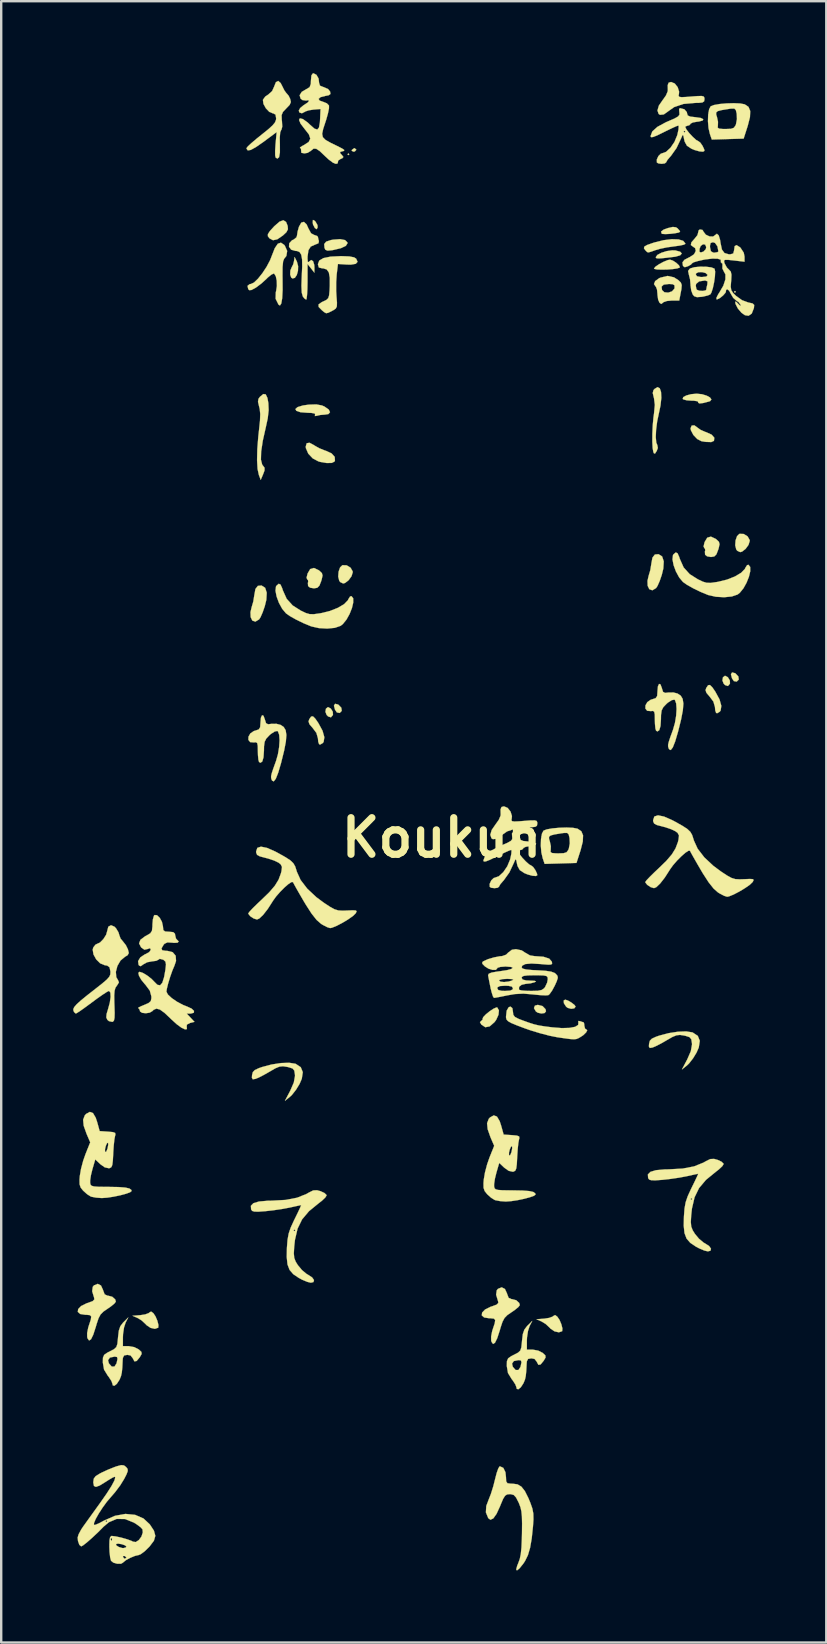
<source format=kicad_pcb>
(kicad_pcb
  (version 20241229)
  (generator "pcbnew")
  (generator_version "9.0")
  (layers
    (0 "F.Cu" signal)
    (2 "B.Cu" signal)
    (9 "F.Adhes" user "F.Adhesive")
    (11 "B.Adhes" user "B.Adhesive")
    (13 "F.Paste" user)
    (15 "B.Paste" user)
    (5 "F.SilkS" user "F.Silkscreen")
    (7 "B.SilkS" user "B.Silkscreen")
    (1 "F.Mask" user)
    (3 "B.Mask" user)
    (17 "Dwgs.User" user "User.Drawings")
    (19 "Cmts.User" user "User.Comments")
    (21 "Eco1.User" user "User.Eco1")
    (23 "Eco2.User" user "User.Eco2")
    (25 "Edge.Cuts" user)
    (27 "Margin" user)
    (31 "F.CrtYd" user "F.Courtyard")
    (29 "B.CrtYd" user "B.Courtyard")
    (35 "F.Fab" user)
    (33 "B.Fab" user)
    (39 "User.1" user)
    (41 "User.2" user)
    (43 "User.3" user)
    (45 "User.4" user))
  (footprint "Koukun"
    (layer "F.Cu")
    (at 15.353 31.864)
    (property "Reference" "Koukun" (at 0 0 0) (layer "F.SilkS") (effects (font (size 1.524 1.524) (thickness 0.3))))
    (attr through_hole)
    (fp_poly (pts (xy -3.846 -28.484) (xy -3.883 -28.448) (xy -3.919 -28.484) (xy -3.883 -28.521) (xy -3.846 -28.484)) (stroke (width 0.01) (type solid)) (fill yes) (layer "F.SilkS"))
    (fp_poly (pts (xy 12.265 -22.751) (xy 12.228 -22.715) (xy 12.192 -22.751) (xy 12.228 -22.787) (xy 12.265 -22.751)) (stroke (width 0.01) (type solid)) (fill yes) (layer "F.SilkS"))
    (fp_poly (pts (xy -3.558 -28.683) (xy -3.556 -28.666) (xy -3.615 -28.602) (xy -3.669 -28.593) (xy -3.744 -28.628) (xy -3.737 -28.666) (xy -3.645 -28.736) (xy -3.624 -28.738) (xy -3.558 -28.683)) (stroke (width 0.01) (type solid)) (fill yes) (layer "F.SilkS"))
    (fp_poly (pts (xy -5.304 -25.725) (xy -5.254 -25.678) (xy -5.172 -25.535) (xy -5.164 -25.441) (xy -5.203 -25.361) (xy -5.28 -25.41) (xy -5.357 -25.557) (xy -5.37 -25.648) (xy -5.36 -25.748) (xy -5.304 -25.725)) (stroke (width 0.01) (type solid)) (fill yes) (layer "F.SilkS"))
    (fp_poly (pts (xy -4.312 -5.551) (xy -4.296 -5.541) (xy -4.177 -5.417) (xy -4.159 -5.286) (xy -4.244 -5.199) (xy -4.363 -5.221) (xy -4.441 -5.336) (xy -4.485 -5.504) (xy -4.438 -5.582) (xy -4.312 -5.551)) (stroke (width 0.01) (type solid)) (fill yes) (layer "F.SilkS"))
    (fp_poly (pts (xy 12.234 -6.857) (xy 12.25 -6.848) (xy 12.369 -6.723) (xy 12.388 -6.593) (xy 12.302 -6.506) (xy 12.183 -6.527) (xy 12.105 -6.642) (xy 12.061 -6.811) (xy 12.108 -6.889) (xy 12.234 -6.857)) (stroke (width 0.01) (type solid)) (fill yes) (layer "F.SilkS"))
    (fp_poly (pts (xy -4.614 -5.382) (xy -4.532 -5.249) (xy -4.525 -5.117) (xy -4.61 -5.016) (xy -4.728 -5.054) (xy -4.789 -5.115) (xy -4.84 -5.247) (xy -4.818 -5.378) (xy -4.736 -5.443) (xy -4.728 -5.443) (xy -4.614 -5.382)) (stroke (width 0.01) (type solid)) (fill yes) (layer "F.SilkS"))
    (fp_poly (pts (xy 4.209 7.017) (xy 4.333 7.145) (xy 4.354 7.235) (xy 4.296 7.307) (xy 4.162 7.327) (xy 4.012 7.294) (xy 3.933 7.243) (xy 3.851 7.102) (xy 3.891 6.999) (xy 4.013 6.967) (xy 4.209 7.017)) (stroke (width 0.01) (type solid)) (fill yes) (layer "F.SilkS"))
    (fp_poly (pts (xy 11.933 -6.689) (xy 12.015 -6.555) (xy 12.021 -6.423) (xy 11.936 -6.322) (xy 11.818 -6.36) (xy 11.757 -6.422) (xy 11.706 -6.553) (xy 11.728 -6.685) (xy 11.811 -6.749) (xy 11.818 -6.749) (xy 11.933 -6.689)) (stroke (width 0.01) (type solid)) (fill yes) (layer "F.SilkS"))
    (fp_poly (pts (xy 5.27 6.787) (xy 5.419 6.875) (xy 5.544 6.974) (xy 5.588 7.039) (xy 5.531 7.113) (xy 5.401 7.131) (xy 5.258 7.092) (xy 5.193 7.044) (xy 5.099 6.899) (xy 5.09 6.787) (xy 5.155 6.749) (xy 5.27 6.787)) (stroke (width 0.01) (type solid)) (fill yes) (layer "F.SilkS"))
    (fp_poly (pts (xy -6.026 -24.005) (xy -5.978 -23.822) (xy -5.984 -23.626) (xy -6.033 -23.452) (xy -6.113 -23.334) (xy -6.21 -23.308) (xy -6.264 -23.342) (xy -6.309 -23.467) (xy -6.302 -23.638) (xy -6.248 -23.77) (xy -6.247 -23.771) (xy -6.185 -23.892) (xy -6.152 -24.021) (xy -6.124 -24.203) (xy -6.026 -24.005)) (stroke (width 0.01) (type solid)) (fill yes) (layer "F.SilkS"))
    (fp_poly (pts (xy -3.953 -11.353) (xy -3.791 -11.253) (xy -3.704 -11.1) (xy -3.701 -11.063) (xy -3.752 -10.898) (xy -3.874 -10.731) (xy -4.021 -10.617) (xy -4.1 -10.595) (xy -4.22 -10.652) (xy -4.263 -10.705) (xy -4.307 -10.88) (xy -4.292 -11.086) (xy -4.229 -11.266) (xy -4.133 -11.358) (xy -3.953 -11.353)) (stroke (width 0.01) (type solid)) (fill yes) (layer "F.SilkS"))
    (fp_poly (pts (xy 9.771 -25.44) (xy 9.831 -25.402) (xy 9.923 -25.3) (xy 9.942 -25.253) (xy 9.878 -25.22) (xy 9.721 -25.19) (xy 9.521 -25.167) (xy 9.33 -25.157) (xy 9.199 -25.166) (xy 9.174 -25.176) (xy 9.149 -25.263) (xy 9.258 -25.345) (xy 9.432 -25.408) (xy 9.641 -25.456) (xy 9.771 -25.44)) (stroke (width 0.01) (type solid)) (fill yes) (layer "F.SilkS"))
    (fp_poly (pts (xy 12.593 -12.659) (xy 12.755 -12.56) (xy 12.842 -12.406) (xy 12.845 -12.37) (xy 12.794 -12.204) (xy 12.672 -12.037) (xy 12.525 -11.923) (xy 12.447 -11.902) (xy 12.326 -11.958) (xy 12.283 -12.012) (xy 12.239 -12.186) (xy 12.254 -12.392) (xy 12.317 -12.572) (xy 12.413 -12.665) (xy 12.593 -12.659)) (stroke (width 0.01) (type solid)) (fill yes) (layer "F.SilkS"))
    (fp_poly (pts (xy -4.022 -24.908) (xy -3.924 -24.812) (xy -3.919 -24.776) (xy -3.989 -24.667) (xy -4.192 -24.571) (xy -4.515 -24.494) (xy -4.566 -24.485) (xy -4.751 -24.468) (xy -4.842 -24.504) (xy -4.879 -24.586) (xy -4.891 -24.743) (xy -4.809 -24.843) (xy -4.613 -24.908) (xy -4.521 -24.925) (xy -4.228 -24.947) (xy -4.022 -24.908)) (stroke (width 0.01) (type solid)) (fill yes) (layer "F.SilkS"))
    (fp_poly (pts (xy -6.48 -25.664) (xy -6.414 -25.501) (xy -6.402 -25.358) (xy -6.466 -25.236) (xy -6.611 -25.1) (xy -6.844 -24.941) (xy -7.023 -24.901) (xy -7.168 -24.977) (xy -7.17 -24.979) (xy -7.238 -25.067) (xy -7.237 -25.158) (xy -7.156 -25.283) (xy -6.982 -25.474) (xy -6.972 -25.485) (xy -6.755 -25.675) (xy -6.594 -25.735) (xy -6.48 -25.664)) (stroke (width 0.01) (type solid)) (fill yes) (layer "F.SilkS"))
    (fp_poly (pts (xy 9.743 -24.477) (xy 9.946 -24.423) (xy 10.013 -24.349) (xy 9.946 -24.273) (xy 9.749 -24.216) (xy 9.706 -24.21) (xy 9.362 -24.169) (xy 9.136 -24.146) (xy 9.005 -24.143) (xy 8.944 -24.158) (xy 8.928 -24.191) (xy 8.928 -24.197) (xy 8.995 -24.29) (xy 9.162 -24.379) (xy 9.382 -24.448) (xy 9.612 -24.481) (xy 9.743 -24.477)) (stroke (width 0.01) (type solid)) (fill yes) (layer "F.SilkS"))
    (fp_poly (pts (xy -5.259 -4.959) (xy -5.136 -4.781) (xy -4.96 -4.457) (xy -4.885 -4.189) (xy -4.914 -3.994) (xy -4.95 -3.945) (xy -5.054 -3.883) (xy -5.102 -3.893) (xy -5.139 -3.996) (xy -5.153 -4.146) (xy -5.217 -4.368) (xy -5.371 -4.573) (xy -5.506 -4.73) (xy -5.544 -4.845) (xy -5.514 -4.938) (xy -5.437 -5.048) (xy -5.36 -5.059) (xy -5.259 -4.959)) (stroke (width 0.01) (type solid)) (fill yes) (layer "F.SilkS"))
    (fp_poly (pts (xy 9.641 -24.053) (xy 9.779 -23.963) (xy 9.892 -23.859) (xy 9.934 -23.778) (xy 9.927 -23.764) (xy 9.828 -23.727) (xy 9.64 -23.699) (xy 9.407 -23.681) (xy 9.171 -23.676) (xy 8.977 -23.684) (xy 8.865 -23.708) (xy 8.854 -23.723) (xy 8.913 -23.798) (xy 9.06 -23.899) (xy 9.245 -23.999) (xy 9.421 -24.072) (xy 9.522 -24.092) (xy 9.641 -24.053)) (stroke (width 0.01) (type solid)) (fill yes) (layer "F.SilkS"))
    (fp_poly (pts (xy 10.665 -17.094) (xy 10.668 -17.091) (xy 10.794 -17) (xy 10.99 -16.914) (xy 11.036 -16.899) (xy 11.259 -16.797) (xy 11.369 -16.67) (xy 11.353 -16.54) (xy 11.24 -16.489) (xy 11.004 -16.497) (xy 10.833 -16.525) (xy 10.656 -16.616) (xy 10.493 -16.788) (xy 10.391 -16.983) (xy 10.378 -17.064) (xy 10.424 -17.176) (xy 10.535 -17.188) (xy 10.665 -17.094)) (stroke (width 0.01) (type solid)) (fill yes) (layer "F.SilkS"))
    (fp_poly (pts (xy 11.288 -6.265) (xy 11.41 -6.087) (xy 11.586 -5.763) (xy 11.661 -5.495) (xy 11.632 -5.3) (xy 11.596 -5.252) (xy 11.492 -5.189) (xy 11.444 -5.199) (xy 11.407 -5.302) (xy 11.394 -5.452) (xy 11.329 -5.674) (xy 11.175 -5.879) (xy 11.04 -6.037) (xy 11.002 -6.151) (xy 11.033 -6.244) (xy 11.109 -6.355) (xy 11.186 -6.365) (xy 11.288 -6.265)) (stroke (width 0.01) (type solid)) (fill yes) (layer "F.SilkS"))
    (fp_poly (pts (xy -12.012 19.815) (xy -11.921 19.951) (xy -11.844 20.133) (xy -11.8 20.308) (xy -11.807 20.418) (xy -11.812 20.423) (xy -11.948 20.47) (xy -12.128 20.429) (xy -12.294 20.318) (xy -12.323 20.285) (xy -12.498 20.121) (xy -12.673 20.015) (xy -12.881 19.925) (xy -12.556 19.9) (xy -12.348 19.867) (xy -12.205 19.813) (xy -12.178 19.789) (xy -12.106 19.748) (xy -12.012 19.815)) (stroke (width 0.01) (type solid)) (fill yes) (layer "F.SilkS"))
    (fp_poly (pts (xy -7.352 -10.416) (xy -7.286 -10.212) (xy -7.303 -9.911) (xy -7.368 -9.647) (xy -7.454 -9.397) (xy -7.542 -9.195) (xy -7.603 -9.099) (xy -7.76 -9.005) (xy -7.887 -9.05) (xy -7.956 -9.193) (xy -7.964 -9.401) (xy -7.915 -9.61) (xy -7.847 -9.842) (xy -7.806 -10.098) (xy -7.804 -10.111) (xy -7.757 -10.367) (xy -7.656 -10.496) (xy -7.502 -10.511) (xy -7.352 -10.416)) (stroke (width 0.01) (type solid)) (fill yes) (layer "F.SilkS"))
    (fp_poly (pts (xy 4.824 19.961) (xy 4.916 20.096) (xy 4.993 20.278) (xy 5.037 20.453) (xy 5.029 20.563) (xy 5.025 20.569) (xy 4.889 20.615) (xy 4.708 20.574) (xy 4.543 20.463) (xy 4.514 20.43) (xy 4.338 20.266) (xy 4.164 20.161) (xy 3.955 20.07) (xy 4.281 20.045) (xy 4.489 20.012) (xy 4.632 19.958) (xy 4.659 19.934) (xy 4.73 19.894) (xy 4.824 19.961)) (stroke (width 0.01) (type solid)) (fill yes) (layer "F.SilkS"))
    (fp_poly (pts (xy 9.194 -11.722) (xy 9.261 -11.518) (xy 9.243 -11.217) (xy 9.179 -10.953) (xy 9.093 -10.703) (xy 9.005 -10.502) (xy 8.943 -10.405) (xy 8.787 -10.311) (xy 8.659 -10.357) (xy 8.59 -10.499) (xy 8.583 -10.707) (xy 8.631 -10.917) (xy 8.699 -11.148) (xy 8.741 -11.404) (xy 8.742 -11.417) (xy 8.79 -11.673) (xy 8.89 -11.803) (xy 9.044 -11.817) (xy 9.194 -11.722)) (stroke (width 0.01) (type solid)) (fill yes) (layer "F.SilkS"))
    (fp_poly (pts (xy -5.314 -16.36) (xy -5.289 -16.342) (xy -5.106 -16.237) (xy -4.869 -16.141) (xy -4.812 -16.123) (xy -4.583 -16.017) (xy -4.453 -15.873) (xy -4.443 -15.716) (xy -4.463 -15.676) (xy -4.574 -15.621) (xy -4.784 -15.616) (xy -5.053 -15.662) (xy -5.13 -15.683) (xy -5.368 -15.808) (xy -5.556 -16.008) (xy -5.654 -16.235) (xy -5.661 -16.302) (xy -5.62 -16.441) (xy -5.502 -16.461) (xy -5.314 -16.36)) (stroke (width 0.01) (type solid)) (fill yes) (layer "F.SilkS"))
    (fp_poly (pts (xy -5.122 -11.151) (xy -5.082 -11.12) (xy -4.986 -11.027) (xy -4.96 -10.926) (xy -4.996 -10.763) (xy -5.016 -10.695) (xy -5.091 -10.504) (xy -5.18 -10.416) (xy -5.316 -10.393) (xy -5.479 -10.42) (xy -5.562 -10.488) (xy -5.572 -10.622) (xy -5.558 -10.658) (xy -5.567 -10.74) (xy -5.59 -10.753) (xy -5.627 -10.832) (xy -5.583 -11.013) (xy -5.474 -11.197) (xy -5.32 -11.243) (xy -5.122 -11.151)) (stroke (width 0.01) (type solid)) (fill yes) (layer "F.SilkS"))
    (fp_poly (pts (xy 2.323 7.076) (xy 2.391 7.195) (xy 2.373 7.38) (xy 2.277 7.591) (xy 2.207 7.687) (xy 2.006 7.864) (xy 1.824 7.899) (xy 1.662 7.792) (xy 1.66 7.79) (xy 1.6 7.688) (xy 1.65 7.639) (xy 1.651 7.638) (xy 1.714 7.578) (xy 1.708 7.552) (xy 1.737 7.476) (xy 1.85 7.359) (xy 2.007 7.232) (xy 2.167 7.126) (xy 2.289 7.073) (xy 2.323 7.076)) (stroke (width 0.01) (type solid)) (fill yes) (layer "F.SilkS"))
    (fp_poly (pts (xy 11.424 -12.457) (xy 11.464 -12.426) (xy 11.56 -12.333) (xy 11.586 -12.233) (xy 11.551 -12.069) (xy 11.53 -12.002) (xy 11.456 -11.81) (xy 11.367 -11.722) (xy 11.23 -11.699) (xy 11.067 -11.727) (xy 10.984 -11.794) (xy 10.975 -11.928) (xy 10.989 -11.965) (xy 10.98 -12.047) (xy 10.956 -12.06) (xy 10.92 -12.138) (xy 10.963 -12.32) (xy 11.073 -12.504) (xy 11.226 -12.549) (xy 11.424 -12.457)) (stroke (width 0.01) (type solid)) (fill yes) (layer "F.SilkS"))
    (fp_poly (pts (xy -4.984 -18.015) (xy -4.876 -17.968) (xy -4.702 -17.845) (xy -4.648 -17.734) (xy -4.715 -17.657) (xy -4.856 -17.635) (xy -5.058 -17.618) (xy -5.195 -17.586) (xy -5.282 -17.573) (xy -5.269 -17.623) (xy -5.283 -17.677) (xy -5.419 -17.704) (xy -5.566 -17.709) (xy -5.876 -17.732) (xy -6.051 -17.79) (xy -6.092 -17.866) (xy -6.001 -17.947) (xy -5.778 -18.015) (xy -5.537 -18.049) (xy -5.219 -18.059) (xy -4.984 -18.015)) (stroke (width 0.01) (type solid)) (fill yes) (layer "F.SilkS"))
    (fp_poly (pts (xy 10.857 -18.483) (xy 11.051 -18.424) (xy 11.19 -18.347) (xy 11.247 -18.266) (xy 11.197 -18.198) (xy 11.158 -18.183) (xy 10.912 -18.118) (xy 10.75 -18.099) (xy 10.697 -18.126) (xy 10.702 -18.14) (xy 10.671 -18.19) (xy 10.508 -18.214) (xy 10.423 -18.215) (xy 10.216 -18.23) (xy 10.077 -18.268) (xy 10.051 -18.288) (xy 10.073 -18.362) (xy 10.203 -18.432) (xy 10.401 -18.485) (xy 10.632 -18.506) (xy 10.633 -18.506) (xy 10.857 -18.483)) (stroke (width 0.01) (type solid)) (fill yes) (layer "F.SilkS"))
    (fp_poly (pts (xy 9.874 -24.936) (xy 10.07 -24.878) (xy 10.158 -24.773) (xy 10.16 -24.748) (xy 10.094 -24.714) (xy 9.921 -24.677) (xy 9.693 -24.646) (xy 9.388 -24.603) (xy 9.089 -24.54) (xy 8.922 -24.491) (xy 8.727 -24.422) (xy 8.625 -24.394) (xy 8.572 -24.406) (xy 8.522 -24.454) (xy 8.505 -24.471) (xy 8.436 -24.561) (xy 8.449 -24.633) (xy 8.563 -24.702) (xy 8.795 -24.784) (xy 8.883 -24.812) (xy 9.256 -24.904) (xy 9.595 -24.945) (xy 9.874 -24.936)) (stroke (width 0.01) (type solid)) (fill yes) (layer "F.SilkS"))
    (fp_poly (pts (xy 9.095 -18.732) (xy 9.148 -18.577) (xy 9.16 -18.332) (xy 9.126 -18.015) (xy 9.063 -17.714) (xy 8.987 -17.353) (xy 8.942 -17.003) (xy 8.928 -16.697) (xy 8.949 -16.469) (xy 8.994 -16.361) (xy 9.015 -16.243) (xy 8.969 -16.12) (xy 8.897 -16.009) (xy 8.852 -16.02) (xy 8.828 -16.072) (xy 8.798 -16.237) (xy 8.784 -16.505) (xy 8.786 -16.836) (xy 8.802 -17.187) (xy 8.832 -17.518) (xy 8.854 -17.671) (xy 8.889 -18.038) (xy 8.855 -18.315) (xy 8.845 -18.35) (xy 8.802 -18.535) (xy 8.832 -18.653) (xy 8.875 -18.703) (xy 9.003 -18.78) (xy 9.095 -18.732)) (stroke (width 0.01) (type solid)) (fill yes) (layer "F.SilkS"))
    (fp_poly (pts (xy -7.328 -18.478) (xy -7.257 -18.33) (xy -7.219 -18.116) (xy -7.206 -17.816) (xy -7.244 -17.479) (xy -7.322 -17.118) (xy -7.451 -16.544) (xy -7.519 -16.088) (xy -7.528 -15.756) (xy -7.476 -15.551) (xy -7.448 -15.514) (xy -7.377 -15.418) (xy -7.378 -15.306) (xy -7.434 -15.155) (xy -7.536 -14.913) (xy -7.614 -15.118) (xy -7.668 -15.366) (xy -7.689 -15.732) (xy -7.679 -16.195) (xy -7.637 -16.729) (xy -7.607 -16.995) (xy -7.567 -17.379) (xy -7.557 -17.658) (xy -7.578 -17.868) (xy -7.604 -17.971) (xy -7.65 -18.167) (xy -7.631 -18.291) (xy -7.57 -18.375) (xy -7.43 -18.491) (xy -7.328 -18.478)) (stroke (width 0.01) (type solid)) (fill yes) (layer "F.SilkS"))
    (fp_poly (pts (xy -6.094 9.42) (xy -6.077 9.426) (xy -5.867 9.565) (xy -5.783 9.772) (xy -5.825 10.048) (xy -5.918 10.263) (xy -6.065 10.504) (xy -6.231 10.715) (xy -6.318 10.799) (xy -6.528 10.966) (xy -6.308 10.549) (xy -6.158 10.204) (xy -6.108 9.929) (xy -6.111 9.874) (xy -6.137 9.707) (xy -6.21 9.619) (xy -6.372 9.566) (xy -6.434 9.552) (xy -6.609 9.526) (xy -6.756 9.541) (xy -6.926 9.611) (xy -7.159 9.746) (xy -7.403 9.885) (xy -7.619 9.996) (xy -7.752 10.051) (xy -7.87 10.07) (xy -7.905 10.004) (xy -7.898 9.894) (xy -7.866 9.77) (xy -7.782 9.682) (xy -7.61 9.603) (xy -7.475 9.556) (xy -7.083 9.452) (xy -6.694 9.392) (xy -6.351 9.38) (xy -6.094 9.42)) (stroke (width 0.01) (type solid)) (fill yes) (layer "F.SilkS"))
    (fp_poly (pts (xy 2.754 -1.243) (xy 2.875 -1.09) (xy 2.934 -0.903) (xy 2.926 -0.808) (xy 2.913 -0.731) (xy 2.942 -0.688) (xy 3.042 -0.675) (xy 3.239 -0.684) (xy 3.439 -0.7) (xy 3.718 -0.722) (xy 3.883 -0.723) (xy 3.963 -0.699) (xy 3.989 -0.643) (xy 3.991 -0.591) (xy 3.976 -0.5) (xy 3.906 -0.453) (xy 3.745 -0.437) (xy 3.61 -0.435) (xy 3.115 -0.392) (xy 2.73 -0.262) (xy 2.51 -0.108) (xy 2.298 0.044) (xy 2.136 0.061) (xy 2.08 0.024) (xy 2.031 -0.121) (xy 2.09 -0.323) (xy 2.25 -0.555) (xy 2.254 -0.56) (xy 2.386 -0.746) (xy 2.459 -0.917) (xy 2.464 -0.969) (xy 2.459 -1.178) (xy 2.498 -1.279) (xy 2.595 -1.306) (xy 2.604 -1.306) (xy 2.754 -1.243)) (stroke (width 0.01) (type solid)) (fill yes) (layer "F.SilkS"))
    (fp_poly (pts (xy 9.721 -31.433) (xy 9.842 -31.28) (xy 9.901 -31.093) (xy 9.893 -30.997) (xy 9.88 -30.92) (xy 9.909 -30.878) (xy 10.008 -30.864) (xy 10.206 -30.874) (xy 10.406 -30.89) (xy 10.685 -30.911) (xy 10.849 -30.913) (xy 10.93 -30.889) (xy 10.956 -30.833) (xy 10.958 -30.781) (xy 10.943 -30.69) (xy 10.872 -30.643) (xy 10.712 -30.626) (xy 10.577 -30.625) (xy 10.082 -30.582) (xy 9.697 -30.452) (xy 9.477 -30.298) (xy 9.264 -30.145) (xy 9.103 -30.129) (xy 9.047 -30.166) (xy 8.998 -30.31) (xy 9.057 -30.513) (xy 9.217 -30.745) (xy 9.221 -30.75) (xy 9.353 -30.936) (xy 9.425 -31.107) (xy 9.43 -31.159) (xy 9.426 -31.367) (xy 9.465 -31.468) (xy 9.562 -31.496) (xy 9.571 -31.496) (xy 9.721 -31.433)) (stroke (width 0.01) (type solid)) (fill yes) (layer "F.SilkS"))
    (fp_poly (pts (xy 10.452 8.113) (xy 10.47 8.12) (xy 10.68 8.259) (xy 10.763 8.465) (xy 10.721 8.742) (xy 10.628 8.956) (xy 10.481 9.197) (xy 10.316 9.408) (xy 10.228 9.493) (xy 10.018 9.66) (xy 10.238 9.243) (xy 10.389 8.898) (xy 10.438 8.623) (xy 10.436 8.567) (xy 10.409 8.401) (xy 10.336 8.313) (xy 10.175 8.26) (xy 10.113 8.246) (xy 9.937 8.219) (xy 9.79 8.235) (xy 9.621 8.305) (xy 9.387 8.439) (xy 9.144 8.579) (xy 8.927 8.69) (xy 8.794 8.745) (xy 8.676 8.764) (xy 8.641 8.698) (xy 8.649 8.588) (xy 8.681 8.463) (xy 8.765 8.376) (xy 8.936 8.297) (xy 9.071 8.25) (xy 9.463 8.146) (xy 9.852 8.086) (xy 10.196 8.073) (xy 10.452 8.113)) (stroke (width 0.01) (type solid)) (fill yes) (layer "F.SilkS"))
    (fp_poly (pts (xy 9.688 -23.355) (xy 9.875 -23.234) (xy 9.973 -23.138) (xy 10.01 -23.033) (xy 9.997 -22.864) (xy 9.974 -22.743) (xy 9.906 -22.388) (xy 9.595 -22.388) (xy 9.391 -22.369) (xy 9.251 -22.32) (xy 9.228 -22.298) (xy 9.157 -22.245) (xy 9.086 -22.294) (xy 9.028 -22.42) (xy 9 -22.617) (xy 8.999 -22.653) (xy 8.981 -22.841) (xy 8.937 -22.959) (xy 8.926 -22.969) (xy 8.926 -22.969) (xy 9.17 -22.969) (xy 9.189 -22.826) (xy 9.289 -22.733) (xy 9.447 -22.718) (xy 9.604 -22.771) (xy 9.703 -22.881) (xy 9.711 -22.914) (xy 9.708 -23.024) (xy 9.63 -23.07) (xy 9.48 -23.078) (xy 9.262 -23.052) (xy 9.17 -22.969) (xy 8.926 -22.969) (xy 8.853 -23.074) (xy 8.903 -23.199) (xy 9.066 -23.317) (xy 9.118 -23.341) (xy 9.419 -23.414) (xy 9.688 -23.355)) (stroke (width 0.01) (type solid)) (fill yes) (layer "F.SilkS"))
    (fp_poly (pts (xy -6.711 -10.551) (xy -6.639 -10.391) (xy -6.616 -10.315) (xy -6.456 -9.958) (xy -6.204 -9.679) (xy -5.862 -9.462) (xy -5.655 -9.364) (xy -5.494 -9.318) (xy -5.319 -9.316) (xy -5.071 -9.351) (xy -5.016 -9.36) (xy -4.649 -9.451) (xy -4.321 -9.581) (xy -4.062 -9.734) (xy -3.905 -9.895) (xy -3.881 -9.947) (xy -3.812 -10.054) (xy -3.753 -10.068) (xy -3.682 -9.978) (xy -3.681 -9.8) (xy -3.735 -9.57) (xy -3.834 -9.322) (xy -3.964 -9.088) (xy -4.114 -8.903) (xy -4.209 -8.829) (xy -4.448 -8.747) (xy -4.768 -8.716) (xy -5.112 -8.736) (xy -5.426 -8.806) (xy -5.447 -8.814) (xy -5.75 -8.939) (xy -6.057 -9.088) (xy -6.32 -9.236) (xy -6.484 -9.352) (xy -6.642 -9.54) (xy -6.777 -9.787) (xy -6.875 -10.052) (xy -6.921 -10.293) (xy -6.901 -10.47) (xy -6.881 -10.502) (xy -6.786 -10.584) (xy -6.711 -10.551)) (stroke (width 0.01) (type solid)) (fill yes) (layer "F.SilkS"))
    (fp_poly (pts (xy 9.835 -11.858) (xy 9.907 -11.697) (xy 9.931 -11.621) (xy 10.09 -11.264) (xy 10.342 -10.985) (xy 10.684 -10.769) (xy 10.891 -10.671) (xy 11.052 -10.624) (xy 11.227 -10.622) (xy 11.475 -10.657) (xy 11.53 -10.667) (xy 11.897 -10.757) (xy 12.226 -10.887) (xy 12.484 -11.04) (xy 12.641 -11.201) (xy 12.665 -11.253) (xy 12.734 -11.36) (xy 12.793 -11.375) (xy 12.864 -11.284) (xy 12.866 -11.107) (xy 12.811 -10.877) (xy 12.712 -10.628) (xy 12.582 -10.394) (xy 12.432 -10.209) (xy 12.337 -10.135) (xy 12.098 -10.054) (xy 11.779 -10.022) (xy 11.434 -10.042) (xy 11.12 -10.113) (xy 11.099 -10.12) (xy 10.796 -10.245) (xy 10.489 -10.394) (xy 10.226 -10.542) (xy 10.062 -10.658) (xy 9.904 -10.846) (xy 9.769 -11.094) (xy 9.671 -11.359) (xy 9.625 -11.6) (xy 9.645 -11.776) (xy 9.665 -11.809) (xy 9.761 -11.89) (xy 9.835 -11.858)) (stroke (width 0.01) (type solid)) (fill yes) (layer "F.SilkS"))
    (fp_poly (pts (xy -14.194 18.663) (xy -14.108 18.851) (xy -14.105 18.867) (xy -14.041 19.032) (xy -13.923 19.086) (xy -13.903 19.086) (xy -13.723 19.133) (xy -13.599 19.245) (xy -13.575 19.337) (xy -13.634 19.415) (xy -13.781 19.536) (xy -13.918 19.631) (xy -14.095 19.753) (xy -14.212 19.872) (xy -14.296 20.029) (xy -14.376 20.269) (xy -14.41 20.388) (xy -14.516 20.715) (xy -14.609 20.905) (xy -14.69 20.956) (xy -14.754 20.867) (xy -14.769 20.815) (xy -14.771 20.644) (xy -14.726 20.416) (xy -14.699 20.329) (xy -14.62 20.091) (xy -14.601 19.958) (xy -14.654 19.899) (xy -14.786 19.885) (xy -14.843 19.885) (xy -15.061 19.851) (xy -15.161 19.764) (xy -15.146 19.646) (xy -15.023 19.519) (xy -14.796 19.406) (xy -14.727 19.384) (xy -14.54 19.314) (xy -14.471 19.243) (xy -14.481 19.172) (xy -14.562 18.902) (xy -14.537 18.719) (xy -14.485 18.656) (xy -14.328 18.594) (xy -14.194 18.663)) (stroke (width 0.01) (type solid)) (fill yes) (layer "F.SilkS"))
    (fp_poly (pts (xy -6.558 -24.708) (xy -6.531 -24.674) (xy -6.434 -24.456) (xy -6.467 -24.247) (xy -6.56 -24.13) (xy -6.603 -24.024) (xy -6.626 -23.79) (xy -6.629 -23.422) (xy -6.627 -23.294) (xy -6.624 -22.828) (xy -6.642 -22.484) (xy -6.679 -22.266) (xy -6.735 -22.181) (xy -6.795 -22.217) (xy -6.916 -22.46) (xy -6.909 -22.732) (xy -6.895 -22.784) (xy -6.863 -22.994) (xy -6.869 -23.214) (xy -6.908 -23.4) (xy -6.972 -23.504) (xy -6.999 -23.513) (xy -7.099 -23.464) (xy -7.246 -23.343) (xy -7.298 -23.29) (xy -7.503 -23.103) (xy -7.726 -22.935) (xy -7.754 -22.917) (xy -7.922 -22.827) (xy -8.015 -22.821) (xy -8.058 -22.864) (xy -8.087 -23) (xy -7.995 -23.073) (xy -7.946 -23.078) (xy -7.818 -23.138) (xy -7.65 -23.299) (xy -7.467 -23.529) (xy -7.291 -23.796) (xy -7.146 -24.071) (xy -7.076 -24.25) (xy -6.949 -24.574) (xy -6.823 -24.757) (xy -6.694 -24.8) (xy -6.558 -24.708)) (stroke (width 0.01) (type solid)) (fill yes) (layer "F.SilkS"))
    (fp_poly (pts (xy -3.846 -24.227) (xy -3.645 -24.188) (xy -3.559 -24.133) (xy -3.5 -24.002) (xy -3.575 -23.919) (xy -3.778 -23.884) (xy -3.945 -23.888) (xy -4.318 -23.912) (xy -4.37 -23.477) (xy -4.391 -23.155) (xy -4.392 -22.788) (xy -4.379 -22.558) (xy -4.359 -22.3) (xy -4.364 -22.146) (xy -4.406 -22.057) (xy -4.496 -21.993) (xy -4.56 -21.959) (xy -4.72 -21.878) (xy -4.811 -21.859) (xy -4.897 -21.907) (xy -4.989 -21.985) (xy -5.123 -22.122) (xy -5.127 -22.225) (xy -4.996 -22.32) (xy -4.917 -22.357) (xy -4.795 -22.417) (xy -4.723 -22.488) (xy -4.686 -22.607) (xy -4.667 -22.812) (xy -4.659 -22.994) (xy -4.659 -23.337) (xy -4.698 -23.56) (xy -4.786 -23.683) (xy -4.931 -23.729) (xy -4.98 -23.731) (xy -5.114 -23.765) (xy -5.152 -23.892) (xy -5.153 -23.905) (xy -5.097 -24.054) (xy -4.924 -24.157) (xy -4.627 -24.218) (xy -4.198 -24.239) (xy -4.171 -24.239) (xy -3.846 -24.227)) (stroke (width 0.01) (type solid)) (fill yes) (layer "F.SilkS"))
    (fp_poly (pts (xy 2.642 18.808) (xy 2.729 18.996) (xy 2.732 19.012) (xy 2.796 19.177) (xy 2.914 19.231) (xy 2.934 19.231) (xy 3.114 19.278) (xy 3.237 19.391) (xy 3.262 19.482) (xy 3.203 19.56) (xy 3.056 19.681) (xy 2.918 19.776) (xy 2.741 19.898) (xy 2.625 20.017) (xy 2.541 20.174) (xy 2.461 20.414) (xy 2.427 20.534) (xy 2.321 20.86) (xy 2.227 21.05) (xy 2.147 21.101) (xy 2.083 21.012) (xy 2.068 20.96) (xy 2.066 20.79) (xy 2.11 20.561) (xy 2.138 20.474) (xy 2.217 20.236) (xy 2.235 20.103) (xy 2.183 20.044) (xy 2.05 20.03) (xy 1.993 20.03) (xy 1.775 19.996) (xy 1.676 19.909) (xy 1.691 19.791) (xy 1.814 19.664) (xy 2.041 19.551) (xy 2.11 19.529) (xy 2.297 19.459) (xy 2.366 19.388) (xy 2.355 19.317) (xy 2.274 19.047) (xy 2.3 18.864) (xy 2.352 18.802) (xy 2.508 18.739) (xy 2.642 18.808)) (stroke (width 0.01) (type solid)) (fill yes) (layer "F.SilkS"))
    (fp_poly (pts (xy 5.479 -0.412) (xy 5.664 -0.377) (xy 5.67 -0.375) (xy 5.826 -0.27) (xy 5.898 -0.098) (xy 5.887 0.159) (xy 5.796 0.518) (xy 5.786 0.549) (xy 5.624 1.052) (xy 4.961 1.072) (xy 4.297 1.091) (xy 4.217 0.861) (xy 4.16 0.614) (xy 4.136 0.329) (xy 4.145 0.052) (xy 4.161 -0.037) (xy 4.479 -0.037) (xy 4.481 0.051) (xy 4.512 0.151) (xy 4.555 0.351) (xy 4.55 0.51) (xy 4.544 0.595) (xy 4.603 0.638) (xy 4.761 0.652) (xy 4.871 0.653) (xy 5.09 0.645) (xy 5.211 0.605) (xy 5.28 0.513) (xy 5.304 0.454) (xy 5.345 0.239) (xy 5.334 0.013) (xy 5.298 -0.138) (xy 5.235 -0.2) (xy 5.099 -0.198) (xy 4.985 -0.182) (xy 4.706 -0.136) (xy 4.546 -0.093) (xy 4.479 -0.037) (xy 4.161 -0.037) (xy 4.185 -0.173) (xy 4.249 -0.294) (xy 4.386 -0.348) (xy 4.622 -0.389) (xy 4.913 -0.415) (xy 5.214 -0.424) (xy 5.479 -0.412)) (stroke (width 0.01) (type solid)) (fill yes) (layer "F.SilkS"))
    (fp_poly (pts (xy 12.446 -30.602) (xy 12.631 -30.567) (xy 12.636 -30.565) (xy 12.793 -30.46) (xy 12.865 -30.288) (xy 12.854 -30.031) (xy 12.762 -29.672) (xy 12.752 -29.64) (xy 12.591 -29.137) (xy 11.927 -29.118) (xy 11.264 -29.098) (xy 11.184 -29.328) (xy 11.127 -29.575) (xy 11.103 -29.861) (xy 11.112 -30.138) (xy 11.128 -30.226) (xy 11.446 -30.226) (xy 11.447 -30.138) (xy 11.479 -30.039) (xy 11.522 -29.838) (xy 11.517 -29.679) (xy 11.51 -29.594) (xy 11.57 -29.552) (xy 11.728 -29.538) (xy 11.838 -29.537) (xy 12.057 -29.545) (xy 12.178 -29.585) (xy 12.247 -29.677) (xy 12.271 -29.735) (xy 12.311 -29.951) (xy 12.301 -30.176) (xy 12.265 -30.327) (xy 12.202 -30.389) (xy 12.066 -30.388) (xy 11.952 -30.371) (xy 11.673 -30.325) (xy 11.513 -30.283) (xy 11.446 -30.226) (xy 11.128 -30.226) (xy 11.152 -30.362) (xy 11.216 -30.483) (xy 11.353 -30.537) (xy 11.589 -30.579) (xy 11.88 -30.605) (xy 12.181 -30.613) (xy 12.446 -30.602)) (stroke (width 0.01) (type solid)) (fill yes) (layer "F.SilkS"))
    (fp_poly (pts (xy 2.953 7.105) (xy 2.975 7.252) (xy 2.99 7.38) (xy 3.057 7.469) (xy 3.21 7.549) (xy 3.356 7.606) (xy 3.641 7.709) (xy 3.858 7.778) (xy 4.061 7.826) (xy 4.303 7.864) (xy 4.617 7.904) (xy 5.013 7.935) (xy 5.336 7.926) (xy 5.57 7.881) (xy 5.694 7.802) (xy 5.702 7.716) (xy 5.699 7.637) (xy 5.775 7.648) (xy 5.891 7.687) (xy 5.921 7.693) (xy 5.945 7.754) (xy 5.951 7.838) (xy 5.98 7.956) (xy 6.021 7.983) (xy 6.072 8.021) (xy 6.028 8.113) (xy 5.91 8.228) (xy 5.81 8.295) (xy 5.71 8.354) (xy 5.624 8.389) (xy 5.521 8.401) (xy 5.368 8.392) (xy 5.132 8.361) (xy 4.826 8.317) (xy 4.504 8.253) (xy 4.109 8.15) (xy 3.699 8.025) (xy 3.467 7.944) (xy 3.13 7.817) (xy 2.907 7.724) (xy 2.774 7.649) (xy 2.709 7.58) (xy 2.688 7.5) (xy 2.686 7.463) (xy 2.715 7.207) (xy 2.799 7.064) (xy 2.874 7.039) (xy 2.953 7.105)) (stroke (width 0.01) (type solid)) (fill yes) (layer "F.SilkS"))
    (fp_poly (pts (xy -5.624 -25.561) (xy -5.552 -25.4) (xy -5.439 -25.192) (xy -5.31 -25.123) (xy -5.185 -25.08) (xy -5.153 -25.038) (xy -5.129 -24.921) (xy -5.111 -24.869) (xy -5.129 -24.776) (xy -5.278 -24.715) (xy -5.285 -24.713) (xy -5.453 -24.637) (xy -5.548 -24.483) (xy -5.584 -24.223) (xy -5.586 -24.13) (xy -5.574 -23.994) (xy -5.534 -23.995) (xy -5.522 -24.012) (xy -5.433 -24.079) (xy -5.353 -24.026) (xy -5.305 -23.874) (xy -5.299 -23.781) (xy -5.301 -23.549) (xy -5.443 -23.731) (xy -5.585 -23.912) (xy -5.586 -23.168) (xy -5.592 -22.86) (xy -5.606 -22.614) (xy -5.626 -22.46) (xy -5.643 -22.425) (xy -5.721 -22.479) (xy -5.783 -22.56) (xy -5.827 -22.718) (xy -5.84 -23.006) (xy -5.827 -23.386) (xy -5.808 -23.807) (xy -5.813 -24.105) (xy -5.848 -24.298) (xy -5.916 -24.407) (xy -6.023 -24.452) (xy -6.09 -24.457) (xy -6.269 -24.508) (xy -6.358 -24.63) (xy -6.348 -24.777) (xy -6.232 -24.9) (xy -6.162 -24.93) (xy -6.048 -25.023) (xy -6.023 -25.104) (xy -6 -25.262) (xy -5.944 -25.462) (xy -5.942 -25.465) (xy -5.846 -25.636) (xy -5.735 -25.667) (xy -5.624 -25.561)) (stroke (width 0.01) (type solid)) (fill yes) (layer "F.SilkS"))
    (fp_poly (pts (xy 11.027 -23.797) (xy 11.243 -23.77) (xy 11.373 -23.719) (xy 11.379 -23.712) (xy 11.403 -23.598) (xy 11.394 -23.394) (xy 11.359 -23.148) (xy 11.308 -22.907) (xy 11.247 -22.72) (xy 11.202 -22.645) (xy 11.095 -22.599) (xy 10.907 -22.554) (xy 10.848 -22.544) (xy 10.645 -22.529) (xy 10.528 -22.569) (xy 10.467 -22.643) (xy 10.404 -22.815) (xy 10.38 -23.009) (xy 10.595 -23.009) (xy 10.621 -22.875) (xy 10.644 -22.836) (xy 10.743 -22.797) (xy 10.886 -22.789) (xy 11.003 -22.811) (xy 11.032 -22.842) (xy 11.05 -22.949) (xy 11.077 -23.06) (xy 11.085 -23.185) (xy 10.996 -23.222) (xy 10.973 -23.223) (xy 10.737 -23.186) (xy 10.611 -23.082) (xy 10.595 -23.009) (xy 10.38 -23.009) (xy 10.378 -23.031) (xy 10.378 -23.036) (xy 10.357 -23.27) (xy 10.307 -23.471) (xy 10.305 -23.481) (xy 10.595 -23.481) (xy 10.644 -23.4) (xy 10.803 -23.369) (xy 10.855 -23.368) (xy 11.039 -23.389) (xy 11.088 -23.452) (xy 11.086 -23.459) (xy 11.003 -23.536) (xy 10.856 -23.573) (xy 10.705 -23.568) (xy 10.607 -23.517) (xy 10.595 -23.481) (xy 10.305 -23.481) (xy 10.275 -23.62) (xy 10.338 -23.708) (xy 10.375 -23.73) (xy 10.542 -23.778) (xy 10.777 -23.8) (xy 11.027 -23.797)) (stroke (width 0.01) (type solid)) (fill yes) (layer "F.SilkS"))
    (fp_poly (pts (xy -6.705 -31.453) (xy -6.64 -31.326) (xy -6.551 -31.147) (xy -6.468 -31.032) (xy -6.455 -31.022) (xy -6.372 -30.922) (xy -6.309 -30.793) (xy -6.28 -30.661) (xy -6.329 -30.545) (xy -6.468 -30.399) (xy -6.61 -30.25) (xy -6.666 -30.115) (xy -6.66 -29.925) (xy -6.652 -29.864) (xy -6.639 -29.636) (xy -6.673 -29.506) (xy -6.685 -29.495) (xy -6.725 -29.396) (xy -6.743 -29.175) (xy -6.738 -28.9) (xy -6.737 -28.56) (xy -6.772 -28.361) (xy -6.842 -28.303) (xy -6.916 -28.349) (xy -6.935 -28.441) (xy -6.936 -28.636) (xy -6.92 -28.892) (xy -6.919 -28.904) (xy -6.872 -29.409) (xy -7.428 -28.997) (xy -7.736 -28.783) (xy -7.949 -28.666) (xy -8.076 -28.644) (xy -8.126 -28.713) (xy -8.128 -28.742) (xy -8.074 -28.812) (xy -7.928 -28.948) (xy -7.714 -29.13) (xy -7.511 -29.293) (xy -7.229 -29.52) (xy -7.047 -29.685) (xy -6.943 -29.811) (xy -6.9 -29.919) (xy -6.894 -29.983) (xy -6.921 -30.138) (xy -7.015 -30.189) (xy -7.034 -30.19) (xy -7.179 -30.251) (xy -7.322 -30.4) (xy -7.423 -30.583) (xy -7.445 -30.747) (xy -7.442 -30.759) (xy -7.347 -30.89) (xy -7.222 -30.974) (xy -7.063 -31.117) (xy -6.984 -31.289) (xy -6.905 -31.487) (xy -6.809 -31.542) (xy -6.705 -31.453)) (stroke (width 0.01) (type solid)) (fill yes) (layer "F.SilkS"))
    (fp_poly (pts (xy 2.575 26.264) (xy 2.663 26.446) (xy 2.685 26.648) (xy 2.693 26.826) (xy 2.745 26.904) (xy 2.883 26.923) (xy 2.97 26.924) (xy 3.167 26.951) (xy 3.328 27.047) (xy 3.473 27.231) (xy 3.621 27.526) (xy 3.704 27.728) (xy 3.785 27.959) (xy 3.825 28.169) (xy 3.83 28.414) (xy 3.811 28.702) (xy 3.758 29.207) (xy 3.69 29.597) (xy 3.6 29.901) (xy 3.479 30.148) (xy 3.405 30.259) (xy 3.244 30.459) (xy 3.143 30.539) (xy 3.11 30.5) (xy 3.152 30.343) (xy 3.196 30.236) (xy 3.26 30.061) (xy 3.303 29.852) (xy 3.331 29.578) (xy 3.347 29.206) (xy 3.352 28.984) (xy 3.356 28.582) (xy 3.349 28.291) (xy 3.328 28.078) (xy 3.29 27.909) (xy 3.23 27.749) (xy 3.21 27.704) (xy 3.104 27.497) (xy 3.008 27.393) (xy 2.886 27.361) (xy 2.844 27.359) (xy 2.732 27.371) (xy 2.648 27.426) (xy 2.568 27.553) (xy 2.471 27.78) (xy 2.439 27.861) (xy 2.292 28.181) (xy 2.157 28.371) (xy 2.037 28.427) (xy 1.946 28.36) (xy 1.848 28.119) (xy 1.864 27.851) (xy 1.958 27.601) (xy 2.056 27.351) (xy 2.156 27.031) (xy 2.232 26.73) (xy 2.298 26.475) (xy 2.365 26.287) (xy 2.422 26.2) (xy 2.429 26.198) (xy 2.575 26.264)) (stroke (width 0.01) (type solid)) (fill yes) (layer "F.SilkS"))
    (fp_poly (pts (xy -7.422 -5.085) (xy -7.366 -4.934) (xy -7.364 -4.928) (xy -7.315 -4.774) (xy -7.229 -4.728) (xy -7.104 -4.744) (xy -6.882 -4.747) (xy -6.711 -4.703) (xy -6.578 -4.614) (xy -6.497 -4.48) (xy -6.467 -4.283) (xy -6.489 -4.005) (xy -6.561 -3.628) (xy -6.684 -3.133) (xy -6.691 -3.105) (xy -6.808 -2.709) (xy -6.908 -2.456) (xy -6.993 -2.347) (xy -7.063 -2.38) (xy -7.082 -2.42) (xy -7.103 -2.491) (xy -7.104 -2.569) (xy -7.077 -2.687) (xy -7.015 -2.876) (xy -6.91 -3.167) (xy -6.9 -3.193) (xy -6.82 -3.475) (xy -6.77 -3.775) (xy -6.751 -4.058) (xy -6.767 -4.288) (xy -6.818 -4.427) (xy -6.846 -4.449) (xy -6.954 -4.426) (xy -7.111 -4.325) (xy -7.173 -4.271) (xy -7.304 -4.133) (xy -7.373 -3.998) (xy -7.399 -3.81) (xy -7.402 -3.629) (xy -7.421 -3.35) (xy -7.471 -3.176) (xy -7.548 -3.122) (xy -7.607 -3.156) (xy -7.634 -3.251) (xy -7.652 -3.442) (xy -7.656 -3.603) (xy -7.661 -3.83) (xy -7.684 -3.945) (xy -7.74 -3.979) (xy -7.821 -3.97) (xy -7.977 -3.984) (xy -8.051 -4.077) (xy -8.047 -4.21) (xy -7.97 -4.346) (xy -7.825 -4.445) (xy -7.765 -4.463) (xy -7.622 -4.511) (xy -7.561 -4.602) (xy -7.547 -4.786) (xy -7.547 -4.791) (xy -7.528 -5.002) (xy -7.481 -5.104) (xy -7.422 -5.085)) (stroke (width 0.01) (type solid)) (fill yes) (layer "F.SilkS"))
    (fp_poly (pts (xy 9.124 -6.391) (xy 9.181 -6.24) (xy 9.182 -6.234) (xy 9.231 -6.08) (xy 9.317 -6.035) (xy 9.442 -6.05) (xy 9.664 -6.053) (xy 9.836 -6.009) (xy 9.968 -5.921) (xy 10.049 -5.787) (xy 10.079 -5.59) (xy 10.057 -5.311) (xy 9.985 -4.934) (xy 9.862 -4.439) (xy 9.855 -4.412) (xy 9.738 -4.015) (xy 9.638 -3.763) (xy 9.553 -3.653) (xy 9.484 -3.686) (xy 9.465 -3.726) (xy 9.443 -3.797) (xy 9.442 -3.876) (xy 9.469 -3.993) (xy 9.531 -4.182) (xy 9.637 -4.473) (xy 9.646 -4.499) (xy 9.727 -4.781) (xy 9.777 -5.081) (xy 9.795 -5.365) (xy 9.779 -5.594) (xy 9.729 -5.733) (xy 9.7 -5.755) (xy 9.592 -5.732) (xy 9.435 -5.631) (xy 9.374 -5.577) (xy 9.242 -5.439) (xy 9.173 -5.304) (xy 9.147 -5.117) (xy 9.144 -4.935) (xy 9.126 -4.656) (xy 9.075 -4.482) (xy 8.998 -4.428) (xy 8.94 -4.462) (xy 8.912 -4.557) (xy 8.894 -4.748) (xy 8.89 -4.91) (xy 8.886 -5.137) (xy 8.863 -5.251) (xy 8.807 -5.285) (xy 8.725 -5.276) (xy 8.569 -5.29) (xy 8.495 -5.383) (xy 8.499 -5.516) (xy 8.576 -5.652) (xy 8.721 -5.752) (xy 8.781 -5.769) (xy 8.924 -5.817) (xy 8.986 -5.908) (xy 8.999 -6.092) (xy 8.999 -6.097) (xy 9.018 -6.308) (xy 9.065 -6.41) (xy 9.124 -6.391)) (stroke (width 0.01) (type solid)) (fill yes) (layer "F.SilkS"))
    (fp_poly (pts (xy -13.168 20.211) (xy -13.234 20.414) (xy -13.274 20.681) (xy -13.28 20.81) (xy -13.281 21.191) (xy -13.035 21.191) (xy -12.809 21.231) (xy -12.621 21.327) (xy -12.51 21.43) (xy -12.5 21.518) (xy -12.578 21.653) (xy -12.707 21.809) (xy -12.8 21.826) (xy -12.864 21.706) (xy -12.866 21.699) (xy -12.961 21.579) (xy -13.092 21.554) (xy -13.228 21.577) (xy -13.281 21.678) (xy -13.29 21.771) (xy -13.305 22.082) (xy -13.326 22.29) (xy -13.359 22.437) (xy -13.411 22.566) (xy -13.428 22.601) (xy -13.534 22.762) (xy -13.635 22.842) (xy -13.703 22.826) (xy -13.716 22.763) (xy -13.76 22.642) (xy -13.87 22.473) (xy -13.914 22.418) (xy -14.067 22.168) (xy -14.117 21.875) (xy -14.117 21.868) (xy -14.115 21.775) (xy -13.9 21.775) (xy -13.866 21.907) (xy -13.749 22.039) (xy -13.632 22.04) (xy -13.547 21.911) (xy -13.544 21.898) (xy -13.505 21.722) (xy -13.525 21.645) (xy -13.615 21.627) (xy -13.625 21.627) (xy -13.822 21.667) (xy -13.9 21.775) (xy -14.115 21.775) (xy -14.112 21.671) (xy -14.061 21.553) (xy -13.931 21.462) (xy -13.819 21.406) (xy -13.651 21.318) (xy -13.557 21.231) (xy -13.511 21.099) (xy -13.488 20.876) (xy -13.484 20.822) (xy -13.451 20.546) (xy -13.388 20.36) (xy -13.275 20.211) (xy -13.254 20.19) (xy -13.055 19.993) (xy -13.168 20.211)) (stroke (width 0.01) (type solid)) (fill yes) (layer "F.SilkS"))
    (fp_poly (pts (xy 3.669 20.356) (xy 3.603 20.559) (xy 3.562 20.826) (xy 3.556 20.955) (xy 3.556 21.336) (xy 3.802 21.336) (xy 4.027 21.377) (xy 4.216 21.472) (xy 4.326 21.575) (xy 4.336 21.663) (xy 4.258 21.798) (xy 4.13 21.954) (xy 4.037 21.971) (xy 3.972 21.851) (xy 3.97 21.844) (xy 3.876 21.724) (xy 3.744 21.699) (xy 3.608 21.723) (xy 3.555 21.823) (xy 3.547 21.917) (xy 3.531 22.227) (xy 3.51 22.435) (xy 3.477 22.582) (xy 3.425 22.711) (xy 3.408 22.746) (xy 3.303 22.907) (xy 3.202 22.988) (xy 3.134 22.971) (xy 3.121 22.908) (xy 3.076 22.787) (xy 2.966 22.618) (xy 2.923 22.564) (xy 2.769 22.313) (xy 2.719 22.02) (xy 2.719 22.013) (xy 2.722 21.92) (xy 2.937 21.92) (xy 2.97 22.052) (xy 3.087 22.184) (xy 3.204 22.185) (xy 3.289 22.056) (xy 3.293 22.044) (xy 3.331 21.867) (xy 3.311 21.79) (xy 3.221 21.773) (xy 3.211 21.773) (xy 3.014 21.812) (xy 2.937 21.92) (xy 2.722 21.92) (xy 2.725 21.816) (xy 2.775 21.699) (xy 2.906 21.607) (xy 3.017 21.551) (xy 3.186 21.463) (xy 3.28 21.376) (xy 3.325 21.244) (xy 3.349 21.021) (xy 3.353 20.968) (xy 3.386 20.691) (xy 3.449 20.506) (xy 3.562 20.356) (xy 3.583 20.335) (xy 3.781 20.139) (xy 3.669 20.356)) (stroke (width 0.01) (type solid)) (fill yes) (layer "F.SilkS"))
    (fp_poly (pts (xy -5.044 14.732) (xy -4.878 14.809) (xy -4.793 14.892) (xy -4.79 14.907) (xy -4.845 14.996) (xy -4.986 15.131) (xy -5.118 15.233) (xy -5.525 15.566) (xy -5.813 15.908) (xy -6.001 16.294) (xy -6.11 16.762) (xy -6.142 17.054) (xy -6.157 17.326) (xy -6.14 17.512) (xy -6.079 17.669) (xy -5.988 17.816) (xy -5.819 18.019) (xy -5.627 18.179) (xy -5.564 18.215) (xy -5.394 18.326) (xy -5.316 18.437) (xy -5.338 18.52) (xy -5.447 18.547) (xy -5.595 18.512) (xy -5.808 18.423) (xy -5.946 18.35) (xy -6.18 18.192) (xy -6.334 18.014) (xy -6.421 17.785) (xy -6.453 17.475) (xy -6.445 17.092) (xy -6.419 16.759) (xy -6.372 16.499) (xy -6.327 16.365) (xy -6.169 16.365) (xy -6.132 16.401) (xy -6.096 16.365) (xy -6.132 16.329) (xy -6.169 16.365) (xy -6.327 16.365) (xy -6.286 16.247) (xy -6.146 15.941) (xy -6.123 15.895) (xy -5.997 15.638) (xy -5.903 15.439) (xy -5.855 15.327) (xy -5.851 15.313) (xy -5.926 15.327) (xy -6.102 15.365) (xy -6.327 15.415) (xy -6.646 15.475) (xy -7.023 15.53) (xy -7.338 15.565) (xy -7.624 15.586) (xy -7.798 15.584) (xy -7.892 15.555) (xy -7.936 15.496) (xy -7.937 15.494) (xy -7.947 15.341) (xy -7.841 15.232) (xy -7.61 15.163) (xy -7.247 15.131) (xy -7.081 15.128) (xy -6.498 15.096) (xy -6.023 15.005) (xy -5.631 14.848) (xy -5.534 14.792) (xy -5.35 14.7) (xy -5.191 14.692) (xy -5.044 14.732)) (stroke (width 0.01) (type solid)) (fill yes) (layer "F.SilkS"))
    (fp_poly (pts (xy 11.502 13.426) (xy 11.668 13.503) (xy 11.754 13.586) (xy 11.757 13.6) (xy 11.702 13.69) (xy 11.56 13.824) (xy 11.428 13.927) (xy 11.021 14.26) (xy 10.733 14.601) (xy 10.545 14.988) (xy 10.436 15.456) (xy 10.404 15.748) (xy 10.389 16.02) (xy 10.406 16.205) (xy 10.468 16.363) (xy 10.559 16.51) (xy 10.727 16.712) (xy 10.919 16.873) (xy 10.982 16.909) (xy 11.152 17.019) (xy 11.231 17.13) (xy 11.208 17.214) (xy 11.099 17.241) (xy 10.951 17.206) (xy 10.738 17.116) (xy 10.6 17.043) (xy 10.366 16.885) (xy 10.212 16.708) (xy 10.125 16.479) (xy 10.093 16.169) (xy 10.102 15.786) (xy 10.127 15.453) (xy 10.174 15.192) (xy 10.22 15.059) (xy 10.378 15.059) (xy 10.414 15.095) (xy 10.45 15.059) (xy 10.414 15.022) (xy 10.378 15.059) (xy 10.22 15.059) (xy 10.26 14.94) (xy 10.401 14.634) (xy 10.423 14.589) (xy 10.549 14.332) (xy 10.643 14.133) (xy 10.692 14.021) (xy 10.695 14.006) (xy 10.621 14.021) (xy 10.444 14.059) (xy 10.219 14.109) (xy 9.9 14.169) (xy 9.524 14.224) (xy 9.208 14.259) (xy 8.922 14.28) (xy 8.748 14.278) (xy 8.655 14.249) (xy 8.611 14.19) (xy 8.61 14.188) (xy 8.599 14.035) (xy 8.706 13.926) (xy 8.937 13.857) (xy 9.3 13.825) (xy 9.465 13.822) (xy 10.048 13.79) (xy 10.523 13.699) (xy 10.916 13.541) (xy 11.012 13.486) (xy 11.196 13.394) (xy 11.356 13.386) (xy 11.502 13.426)) (stroke (width 0.01) (type solid)) (fill yes) (layer "F.SilkS"))
    (fp_poly (pts (xy -14.527 11.478) (xy -14.414 11.669) (xy -14.353 11.852) (xy -14.249 12.228) (xy -13.903 12.251) (xy -13.696 12.27) (xy -13.603 12.305) (xy -13.592 12.376) (xy -13.608 12.432) (xy -13.636 12.579) (xy -13.662 12.823) (xy -13.682 13.116) (xy -13.684 13.172) (xy -13.7 13.462) (xy -13.722 13.638) (xy -13.761 13.73) (xy -13.826 13.769) (xy -13.865 13.777) (xy -14.038 13.739) (xy -14.227 13.604) (xy -14.432 13.408) (xy -14.551 13.816) (xy -14.613 14.068) (xy -14.646 14.287) (xy -14.646 14.387) (xy -14.629 14.46) (xy -14.584 14.507) (xy -14.484 14.535) (xy -14.303 14.548) (xy -14.014 14.552) (xy -13.861 14.553) (xy -13.456 14.56) (xy -13.178 14.582) (xy -13.009 14.621) (xy -12.929 14.68) (xy -12.918 14.727) (xy -12.983 14.779) (xy -13.155 14.841) (xy -13.395 14.905) (xy -13.666 14.961) (xy -13.93 15.002) (xy -14.15 15.018) (xy -14.166 15.018) (xy -14.398 15.001) (xy -14.588 14.965) (xy -14.623 14.953) (xy -14.773 14.858) (xy -14.936 14.712) (xy -14.942 14.706) (xy -15.041 14.581) (xy -15.086 14.447) (xy -15.089 14.254) (xy -15.077 14.099) (xy -15.027 13.806) (xy -14.936 13.462) (xy -14.84 13.188) (xy -14.757 12.981) (xy -14.026 12.981) (xy -14.025 13.086) (xy -14.02 13.096) (xy -13.976 13.086) (xy -13.926 12.967) (xy -13.922 12.955) (xy -13.892 12.796) (xy -13.898 12.711) (xy -13.944 12.735) (xy -13.993 12.845) (xy -14.026 12.981) (xy -14.757 12.981) (xy -14.643 12.697) (xy -14.796 12.34) (xy -14.916 12.003) (xy -14.939 11.753) (xy -14.868 11.57) (xy -14.815 11.512) (xy -14.659 11.427) (xy -14.527 11.478)) (stroke (width 0.01) (type solid)) (fill yes) (layer "F.SilkS"))
    (fp_poly (pts (xy -7.273 0.425) (xy -6.921 0.58) (xy -6.794 0.649) (xy -6.497 0.816) (xy -6.301 0.945) (xy -6.179 1.061) (xy -6.102 1.192) (xy -6.045 1.367) (xy -6.032 1.415) (xy -5.875 1.762) (xy -5.597 2.124) (xy -5.214 2.482) (xy -4.899 2.715) (xy -4.643 2.883) (xy -4.46 2.983) (xy -4.302 3.031) (xy -4.123 3.042) (xy -3.94 3.035) (xy -3.696 3.025) (xy -3.571 3.033) (xy -3.538 3.068) (xy -3.572 3.139) (xy -3.583 3.157) (xy -3.696 3.266) (xy -3.895 3.406) (xy -4.135 3.55) (xy -4.373 3.674) (xy -4.566 3.752) (xy -4.645 3.767) (xy -4.769 3.728) (xy -4.952 3.633) (xy -5.024 3.588) (xy -5.207 3.428) (xy -5.415 3.166) (xy -5.659 2.787) (xy -5.731 2.667) (xy -5.904 2.37) (xy -6.049 2.117) (xy -6.15 1.934) (xy -6.193 1.851) (xy -6.254 1.848) (xy -6.382 1.932) (xy -6.55 2.078) (xy -6.731 2.261) (xy -6.9 2.455) (xy -7.03 2.636) (xy -7.037 2.649) (xy -7.244 2.971) (xy -7.437 3.218) (xy -7.597 3.369) (xy -7.693 3.409) (xy -7.832 3.366) (xy -7.973 3.273) (xy -8.053 3.172) (xy -8.055 3.154) (xy -8.005 3.084) (xy -7.87 2.939) (xy -7.672 2.745) (xy -7.509 2.592) (xy -7.178 2.271) (xy -6.947 2) (xy -6.793 1.749) (xy -6.696 1.488) (xy -6.672 1.394) (xy -6.651 1.216) (xy -6.709 1.105) (xy -6.797 1.038) (xy -6.974 0.953) (xy -7.221 0.87) (xy -7.353 0.836) (xy -7.575 0.777) (xy -7.688 0.715) (xy -7.726 0.624) (xy -7.729 0.575) (xy -7.678 0.423) (xy -7.525 0.373) (xy -7.273 0.425)) (stroke (width 0.01) (type solid)) (fill yes) (layer "F.SilkS"))
    (fp_poly (pts (xy 2.31 11.623) (xy 2.423 11.814) (xy 2.483 11.997) (xy 2.588 12.373) (xy 2.934 12.396) (xy 3.14 12.415) (xy 3.233 12.45) (xy 3.244 12.521) (xy 3.229 12.577) (xy 3.201 12.724) (xy 3.175 12.968) (xy 3.155 13.261) (xy 3.152 13.317) (xy 3.137 13.607) (xy 3.114 13.783) (xy 3.075 13.875) (xy 3.01 13.914) (xy 2.971 13.922) (xy 2.798 13.884) (xy 2.609 13.749) (xy 2.404 13.553) (xy 2.286 13.961) (xy 2.224 14.213) (xy 2.191 14.432) (xy 2.19 14.532) (xy 2.208 14.605) (xy 2.253 14.652) (xy 2.353 14.68) (xy 2.534 14.693) (xy 2.823 14.698) (xy 2.975 14.698) (xy 3.38 14.706) (xy 3.658 14.727) (xy 3.828 14.766) (xy 3.907 14.826) (xy 3.919 14.873) (xy 3.853 14.924) (xy 3.681 14.986) (xy 3.441 15.05) (xy 3.17 15.107) (xy 2.906 15.147) (xy 2.687 15.163) (xy 2.67 15.163) (xy 2.439 15.146) (xy 2.248 15.11) (xy 2.213 15.098) (xy 2.063 15.004) (xy 1.9 14.857) (xy 1.895 14.851) (xy 1.796 14.726) (xy 1.751 14.593) (xy 1.748 14.399) (xy 1.76 14.245) (xy 1.81 13.951) (xy 1.901 13.607) (xy 1.996 13.334) (xy 2.08 13.126) (xy 2.811 13.126) (xy 2.812 13.231) (xy 2.816 13.241) (xy 2.86 13.231) (xy 2.911 13.112) (xy 2.914 13.1) (xy 2.945 12.941) (xy 2.938 12.856) (xy 2.893 12.881) (xy 2.844 12.99) (xy 2.811 13.126) (xy 2.08 13.126) (xy 2.194 12.842) (xy 2.04 12.486) (xy 1.921 12.148) (xy 1.897 11.898) (xy 1.968 11.715) (xy 2.022 11.657) (xy 2.177 11.572) (xy 2.31 11.623)) (stroke (width 0.01) (type solid)) (fill yes) (layer "F.SilkS"))
    (fp_poly (pts (xy 9.274 -0.881) (xy 9.625 -0.726) (xy 9.753 -0.658) (xy 10.05 -0.49) (xy 10.245 -0.362) (xy 10.368 -0.246) (xy 10.444 -0.114) (xy 10.501 0.061) (xy 10.514 0.109) (xy 10.671 0.455) (xy 10.95 0.818) (xy 11.333 1.176) (xy 11.648 1.409) (xy 11.903 1.577) (xy 12.086 1.677) (xy 12.244 1.725) (xy 12.423 1.735) (xy 12.606 1.729) (xy 12.85 1.719) (xy 12.975 1.727) (xy 13.008 1.761) (xy 12.975 1.832) (xy 12.963 1.851) (xy 12.85 1.96) (xy 12.651 2.099) (xy 12.411 2.244) (xy 12.173 2.368) (xy 11.98 2.446) (xy 11.902 2.461) (xy 11.777 2.422) (xy 11.594 2.326) (xy 11.522 2.282) (xy 11.34 2.122) (xy 11.132 1.86) (xy 10.887 1.481) (xy 10.816 1.361) (xy 10.643 1.064) (xy 10.498 0.81) (xy 10.396 0.628) (xy 10.353 0.544) (xy 10.292 0.542) (xy 10.164 0.626) (xy 9.997 0.772) (xy 9.815 0.954) (xy 9.646 1.149) (xy 9.516 1.33) (xy 9.509 1.343) (xy 9.302 1.665) (xy 9.11 1.911) (xy 8.949 2.063) (xy 8.854 2.102) (xy 8.714 2.06) (xy 8.573 1.966) (xy 8.494 1.866) (xy 8.491 1.848) (xy 8.541 1.777) (xy 8.677 1.633) (xy 8.875 1.438) (xy 9.038 1.285) (xy 9.368 0.964) (xy 9.599 0.694) (xy 9.753 0.443) (xy 9.851 0.182) (xy 9.874 0.088) (xy 9.896 -0.09) (xy 9.838 -0.201) (xy 9.749 -0.268) (xy 9.572 -0.353) (xy 9.326 -0.437) (xy 9.194 -0.471) (xy 8.972 -0.529) (xy 8.859 -0.592) (xy 8.82 -0.682) (xy 8.817 -0.731) (xy 8.869 -0.884) (xy 9.021 -0.933) (xy 9.274 -0.881)) (stroke (width 0.01) (type solid)) (fill yes) (layer "F.SilkS"))
    (fp_poly (pts (xy -13.632 3.708) (xy -13.563 3.781) (xy -13.465 3.944) (xy -13.427 4.071) (xy -13.376 4.205) (xy -13.285 4.314) (xy -13.156 4.479) (xy -13.071 4.652) (xy -13.034 4.808) (xy -13.087 4.9) (xy -13.198 4.966) (xy -13.381 5.121) (xy -13.51 5.344) (xy -13.574 5.59) (xy -13.557 5.812) (xy -13.485 5.935) (xy -13.445 6.028) (xy -13.518 6.15) (xy -13.53 6.164) (xy -13.592 6.255) (xy -13.628 6.381) (xy -13.642 6.575) (xy -13.638 6.871) (xy -13.634 6.98) (xy -13.624 7.302) (xy -13.63 7.506) (xy -13.653 7.619) (xy -13.698 7.668) (xy -13.723 7.676) (xy -13.862 7.645) (xy -13.927 7.592) (xy -13.973 7.492) (xy -13.96 7.344) (xy -13.902 7.151) (xy -13.827 6.876) (xy -13.793 6.634) (xy -13.803 6.46) (xy -13.857 6.387) (xy -13.864 6.386) (xy -13.949 6.428) (xy -14.122 6.54) (xy -14.356 6.704) (xy -14.564 6.858) (xy -14.824 7.05) (xy -15.041 7.205) (xy -15.191 7.303) (xy -15.243 7.33) (xy -15.312 7.272) (xy -15.34 7.217) (xy -15.348 7.145) (xy -15.309 7.059) (xy -15.209 6.943) (xy -15.034 6.784) (xy -14.77 6.568) (xy -14.417 6.292) (xy -14.138 6.072) (xy -13.956 5.916) (xy -13.852 5.8) (xy -13.806 5.702) (xy -13.8 5.6) (xy -13.802 5.566) (xy -13.839 5.4) (xy -13.937 5.33) (xy -14.043 5.313) (xy -14.23 5.235) (xy -14.394 5.071) (xy -14.507 4.866) (xy -14.54 4.664) (xy -14.514 4.572) (xy -14.424 4.457) (xy -14.363 4.427) (xy -14.235 4.368) (xy -14.094 4.224) (xy -13.98 4.045) (xy -13.934 3.884) (xy -13.889 3.709) (xy -13.776 3.647) (xy -13.632 3.708)) (stroke (width 0.01) (type solid)) (fill yes) (layer "F.SilkS"))
    (fp_poly (pts (xy 3.153 -0.17) (xy 3.257 -0.05) (xy 3.266 0.004) (xy 3.294 0.089) (xy 3.402 0.136) (xy 3.61 0.159) (xy 3.837 0.192) (xy 3.941 0.243) (xy 3.917 0.298) (xy 3.759 0.341) (xy 3.683 0.349) (xy 3.508 0.38) (xy 3.415 0.427) (xy 3.411 0.44) (xy 3.352 0.5) (xy 3.302 0.508) (xy 3.205 0.543) (xy 3.193 0.574) (xy 3.241 0.674) (xy 3.359 0.825) (xy 3.507 0.984) (xy 3.647 1.11) (xy 3.739 1.161) (xy 3.817 1.219) (xy 3.91 1.351) (xy 3.978 1.496) (xy 3.991 1.564) (xy 3.932 1.598) (xy 3.782 1.585) (xy 3.586 1.531) (xy 3.45 1.475) (xy 3.26 1.35) (xy 3.166 1.179) (xy 3.146 1.095) (xy 3.112 0.931) (xy 3.084 0.897) (xy 3.043 0.98) (xy 3.029 1.017) (xy 2.827 1.447) (xy 2.593 1.775) (xy 2.564 1.806) (xy 2.448 1.942) (xy 2.395 2.038) (xy 2.395 2.042) (xy 2.335 2.088) (xy 2.204 2.103) (xy 2.07 2.087) (xy 2.009 2.05) (xy 2.004 1.926) (xy 2.071 1.78) (xy 2.172 1.68) (xy 2.215 1.669) (xy 2.39 1.605) (xy 2.574 1.434) (xy 2.739 1.192) (xy 2.855 0.913) (xy 2.862 0.886) (xy 2.889 0.762) (xy 3.121 0.762) (xy 3.157 0.798) (xy 3.193 0.762) (xy 3.157 0.726) (xy 3.121 0.762) (xy 2.889 0.762) (xy 2.907 0.678) (xy 2.917 0.541) (xy 2.901 0.508) (xy 2.812 0.539) (xy 2.628 0.621) (xy 2.384 0.74) (xy 2.29 0.787) (xy 2.016 0.921) (xy 1.848 0.987) (xy 1.763 0.992) (xy 1.743 0.95) (xy 1.816 0.755) (xy 2.029 0.562) (xy 2.385 0.371) (xy 2.49 0.325) (xy 2.745 0.214) (xy 2.888 0.133) (xy 2.947 0.059) (xy 2.947 -0.029) (xy 2.942 -0.049) (xy 2.934 -0.177) (xy 2.968 -0.218) (xy 3.153 -0.17)) (stroke (width 0.01) (type solid)) (fill yes) (layer "F.SilkS"))
    (fp_poly (pts (xy 10.12 -30.36) (xy 10.224 -30.24) (xy 10.233 -30.186) (xy 10.261 -30.101) (xy 10.368 -30.054) (xy 10.577 -30.03) (xy 10.804 -29.998) (xy 10.908 -29.946) (xy 10.884 -29.892) (xy 10.726 -29.849) (xy 10.65 -29.841) (xy 10.475 -29.81) (xy 10.382 -29.763) (xy 10.378 -29.75) (xy 10.319 -29.689) (xy 10.269 -29.682) (xy 10.172 -29.646) (xy 10.16 -29.616) (xy 10.208 -29.516) (xy 10.325 -29.365) (xy 10.474 -29.206) (xy 10.614 -29.079) (xy 10.706 -29.029) (xy 10.784 -28.971) (xy 10.876 -28.839) (xy 10.945 -28.694) (xy 10.958 -28.626) (xy 10.899 -28.592) (xy 10.749 -28.605) (xy 10.553 -28.659) (xy 10.417 -28.715) (xy 10.227 -28.84) (xy 10.133 -29.011) (xy 10.113 -29.095) (xy 10.079 -29.259) (xy 10.051 -29.293) (xy 10.01 -29.209) (xy 9.996 -29.173) (xy 9.793 -28.743) (xy 9.56 -28.415) (xy 9.531 -28.384) (xy 9.415 -28.248) (xy 9.362 -28.152) (xy 9.362 -28.148) (xy 9.302 -28.102) (xy 9.171 -28.086) (xy 9.037 -28.103) (xy 8.975 -28.14) (xy 8.971 -28.264) (xy 9.038 -28.41) (xy 9.139 -28.509) (xy 9.182 -28.521) (xy 9.357 -28.585) (xy 9.541 -28.755) (xy 9.706 -28.997) (xy 9.822 -29.277) (xy 9.829 -29.303) (xy 9.856 -29.428) (xy 10.087 -29.428) (xy 10.124 -29.391) (xy 10.16 -29.428) (xy 10.124 -29.464) (xy 10.087 -29.428) (xy 9.856 -29.428) (xy 9.874 -29.511) (xy 9.884 -29.649) (xy 9.867 -29.682) (xy 9.778 -29.651) (xy 9.595 -29.568) (xy 9.351 -29.45) (xy 9.257 -29.403) (xy 8.983 -29.269) (xy 8.814 -29.203) (xy 8.73 -29.197) (xy 8.71 -29.239) (xy 8.783 -29.435) (xy 8.996 -29.627) (xy 9.351 -29.819) (xy 9.457 -29.865) (xy 9.711 -29.975) (xy 9.855 -30.057) (xy 9.914 -30.131) (xy 9.914 -30.219) (xy 9.909 -30.239) (xy 9.901 -30.367) (xy 9.935 -30.407) (xy 10.12 -30.36)) (stroke (width 0.01) (type solid)) (fill yes) (layer "F.SilkS"))
    (fp_poly (pts (xy -5.213 -31.795) (xy -5.125 -31.64) (xy -5.104 -31.459) (xy -5.067 -31.344) (xy -4.913 -31.282) (xy -4.906 -31.281) (xy -4.728 -31.203) (xy -4.644 -31.097) (xy -4.63 -30.997) (xy -4.705 -30.943) (xy -4.849 -30.915) (xy -5.047 -30.863) (xy -5.126 -30.791) (xy -5.078 -30.719) (xy -4.947 -30.675) (xy -4.78 -30.608) (xy -4.691 -30.516) (xy -4.692 -30.396) (xy -4.736 -30.181) (xy -4.812 -29.91) (xy -4.841 -29.823) (xy -4.935 -29.535) (xy -4.976 -29.337) (xy -4.948 -29.197) (xy -4.836 -29.083) (xy -4.622 -28.962) (xy -4.354 -28.832) (xy -4.144 -28.725) (xy -4.054 -28.661) (xy -4.069 -28.624) (xy -4.119 -28.612) (xy -4.231 -28.58) (xy -4.214 -28.518) (xy -4.165 -28.466) (xy -4.09 -28.372) (xy -4.137 -28.317) (xy -4.206 -28.29) (xy -4.31 -28.219) (xy -4.318 -28.158) (xy -4.338 -28.099) (xy -4.407 -28.085) (xy -4.527 -28.134) (xy -4.701 -28.263) (xy -4.862 -28.412) (xy -5.075 -28.615) (xy -5.224 -28.714) (xy -5.335 -28.719) (xy -5.435 -28.639) (xy -5.443 -28.629) (xy -5.582 -28.544) (xy -5.714 -28.521) (xy -5.843 -28.545) (xy -5.852 -28.629) (xy -5.852 -28.629) (xy -5.859 -28.724) (xy -5.899 -28.742) (xy -5.899 -28.771) (xy -5.793 -28.839) (xy -5.734 -28.869) (xy -5.538 -28.996) (xy -5.47 -29.137) (xy -5.529 -29.312) (xy -5.693 -29.522) (xy -5.874 -29.757) (xy -5.94 -29.915) (xy -5.903 -29.983) (xy -5.778 -29.951) (xy -5.577 -29.806) (xy -5.476 -29.71) (xy -5.298 -29.554) (xy -5.18 -29.515) (xy -5.108 -29.6) (xy -5.07 -29.818) (xy -5.061 -29.977) (xy -5.044 -30.371) (xy -5.334 -30.347) (xy -5.536 -30.315) (xy -5.675 -30.269) (xy -5.693 -30.256) (xy -5.82 -30.192) (xy -5.923 -30.225) (xy -5.951 -30.302) (xy -5.893 -30.411) (xy -5.752 -30.527) (xy -5.734 -30.538) (xy -5.574 -30.645) (xy -5.52 -30.716) (xy -5.578 -30.736) (xy -5.647 -30.722) (xy -5.799 -30.744) (xy -5.874 -30.802) (xy -5.916 -30.943) (xy -5.828 -31.085) (xy -5.625 -31.205) (xy -5.609 -31.211) (xy -5.498 -31.283) (xy -5.45 -31.416) (xy -5.443 -31.567) (xy -5.424 -31.771) (xy -5.364 -31.855) (xy -5.337 -31.859) (xy -5.213 -31.795)) (stroke (width 0.01) (type solid)) (fill yes) (layer "F.SilkS"))
    (fp_poly (pts (xy -11.859 3.23) (xy -11.746 3.338) (xy -11.654 3.505) (xy -11.612 3.691) (xy -11.611 3.709) (xy -11.596 3.85) (xy -11.522 3.908) (xy -11.357 3.919) (xy -11.182 3.936) (xy -11.111 4) (xy -11.103 4.06) (xy -11.07 4.199) (xy -11.031 4.245) (xy -10.954 4.325) (xy -11.002 4.376) (xy -11.155 4.383) (xy -11.223 4.375) (xy -11.425 4.363) (xy -11.548 4.421) (xy -11.586 4.466) (xy -11.672 4.614) (xy -11.642 4.691) (xy -11.485 4.716) (xy -11.428 4.717) (xy -11.206 4.771) (xy -11.081 4.919) (xy -11.066 5.137) (xy -11.131 5.33) (xy -11.221 5.543) (xy -11.315 5.811) (xy -11.397 6.083) (xy -11.452 6.309) (xy -11.466 6.418) (xy -11.405 6.536) (xy -11.245 6.685) (xy -11.02 6.839) (xy -10.766 6.973) (xy -10.605 7.036) (xy -10.415 7.124) (xy -10.317 7.218) (xy -10.324 7.295) (xy -10.446 7.329) (xy -10.463 7.33) (xy -10.621 7.33) (xy -10.297 7.675) (xy -10.48 7.721) (xy -10.614 7.79) (xy -10.621 7.875) (xy -10.613 7.977) (xy -10.691 7.989) (xy -10.838 7.92) (xy -11.033 7.778) (xy -11.259 7.573) (xy -11.285 7.547) (xy -11.545 7.301) (xy -11.738 7.162) (xy -11.884 7.123) (xy -12.002 7.175) (xy -12.05 7.225) (xy -12.165 7.292) (xy -12.326 7.316) (xy -12.478 7.299) (xy -12.567 7.242) (xy -12.573 7.203) (xy -12.611 7.117) (xy -12.646 7.108) (xy -12.639 7.083) (xy -12.524 7.024) (xy -12.41 6.977) (xy -12.212 6.891) (xy -12.118 6.808) (xy -12.093 6.688) (xy -12.095 6.61) (xy -12.159 6.375) (xy -12.342 6.129) (xy -12.367 6.103) (xy -12.515 5.923) (xy -12.61 5.755) (xy -12.637 5.633) (xy -12.588 5.588) (xy -12.453 5.633) (xy -12.268 5.743) (xy -12.088 5.883) (xy -11.988 5.986) (xy -11.845 6.13) (xy -11.731 6.152) (xy -11.639 6.047) (xy -11.563 5.807) (xy -11.509 5.502) (xy -11.486 5.287) (xy -11.507 5.167) (xy -11.583 5.096) (xy -11.603 5.084) (xy -11.746 5.047) (xy -11.793 5.08) (xy -11.89 5.131) (xy -12.062 5.153) (xy -12.064 5.153) (xy -12.272 5.192) (xy -12.427 5.277) (xy -12.537 5.356) (xy -12.605 5.329) (xy -12.627 5.299) (xy -12.648 5.144) (xy -12.554 4.987) (xy -12.369 4.864) (xy -12.332 4.849) (xy -12.183 4.767) (xy -12.119 4.672) (xy -12.119 4.671) (xy -12.149 4.605) (xy -12.255 4.64) (xy -12.385 4.668) (xy -12.511 4.58) (xy -12.525 4.565) (xy -12.607 4.406) (xy -12.551 4.256) (xy -12.355 4.108) (xy -12.279 4.068) (xy -12.138 3.983) (xy -12.07 3.878) (xy -12.05 3.699) (xy -12.049 3.615) (xy -12.031 3.402) (xy -11.988 3.254) (xy -11.963 3.222) (xy -11.859 3.23)) (stroke (width 0.01) (type solid)) (fill yes) (layer "F.SilkS"))
    (fp_poly (pts (xy 3.34 4.696) (xy 3.483 4.79) (xy 3.687 4.906) (xy 3.873 4.935) (xy 4.245 4.961) (xy 4.487 5.039) (xy 4.597 5.167) (xy 4.597 5.169) (xy 4.609 5.245) (xy 4.573 5.284) (xy 4.462 5.293) (xy 4.246 5.277) (xy 4.131 5.266) (xy 3.747 5.243) (xy 3.493 5.266) (xy 3.362 5.334) (xy 3.338 5.404) (xy 3.381 5.455) (xy 3.521 5.491) (xy 3.776 5.516) (xy 3.989 5.526) (xy 4.336 5.547) (xy 4.568 5.582) (xy 4.711 5.635) (xy 4.764 5.677) (xy 4.832 5.758) (xy 4.845 5.845) (xy 4.801 5.983) (xy 4.72 6.163) (xy 4.608 6.371) (xy 4.503 6.519) (xy 4.451 6.562) (xy 4.335 6.572) (xy 4.119 6.562) (xy 3.846 6.536) (xy 3.807 6.531) (xy 3.407 6.498) (xy 3.053 6.517) (xy 2.751 6.569) (xy 2.492 6.622) (xy 2.291 6.66) (xy 2.187 6.676) (xy 2.185 6.677) (xy 2.141 6.612) (xy 2.087 6.443) (xy 2.047 6.277) (xy 2.322 6.277) (xy 2.365 6.349) (xy 2.51 6.382) (xy 2.649 6.386) (xy 2.864 6.372) (xy 2.962 6.324) (xy 2.964 6.318) (xy 3.227 6.318) (xy 3.247 6.343) (xy 3.337 6.366) (xy 3.528 6.381) (xy 3.745 6.386) (xy 4.008 6.379) (xy 4.168 6.348) (xy 4.269 6.281) (xy 4.314 6.225) (xy 4.401 6.039) (xy 4.427 5.898) (xy 4.418 5.814) (xy 4.371 5.765) (xy 4.255 5.741) (xy 4.04 5.734) (xy 3.883 5.733) (xy 3.595 5.739) (xy 3.427 5.759) (xy 3.351 5.8) (xy 3.338 5.842) (xy 3.381 5.913) (xy 3.525 5.948) (xy 3.683 5.956) (xy 3.876 5.965) (xy 3.937 5.987) (xy 3.883 6.023) (xy 3.703 6.071) (xy 3.509 6.091) (xy 3.337 6.13) (xy 3.232 6.216) (xy 3.227 6.318) (xy 2.964 6.318) (xy 2.975 6.277) (xy 2.933 6.206) (xy 2.787 6.173) (xy 2.649 6.169) (xy 2.434 6.183) (xy 2.336 6.231) (xy 2.322 6.277) (xy 2.047 6.277) (xy 2.043 6.259) (xy 1.993 6.014) (xy 1.981 5.951) (xy 2.395 5.951) (xy 2.457 6.001) (xy 2.607 6.016) (xy 2.795 5.995) (xy 2.939 5.951) (xy 2.994 5.913) (xy 2.926 5.892) (xy 2.74 5.883) (xy 2.539 5.894) (xy 2.414 5.927) (xy 2.395 5.951) (xy 1.981 5.951) (xy 1.955 5.816) (xy 1.94 5.734) (xy 1.966 5.671) (xy 2.081 5.622) (xy 2.308 5.581) (xy 2.449 5.563) (xy 2.734 5.519) (xy 2.909 5.47) (xy 2.968 5.423) (xy 2.902 5.388) (xy 2.704 5.371) (xy 2.649 5.37) (xy 2.454 5.385) (xy 2.337 5.421) (xy 2.322 5.443) (xy 2.266 5.507) (xy 2.129 5.51) (xy 1.959 5.459) (xy 1.81 5.366) (xy 1.7 5.255) (xy 1.699 5.185) (xy 1.744 5.149) (xy 1.931 5.064) (xy 2.186 4.988) (xy 2.433 4.941) (xy 2.521 4.935) (xy 2.687 4.877) (xy 2.775 4.79) (xy 2.933 4.669) (xy 3.102 4.645) (xy 3.34 4.696)) (stroke (width 0.01) (type solid)) (fill yes) (layer "F.SilkS"))
    (fp_poly (pts (xy 10.878 -25.33) (xy 10.923 -25.251) (xy 11.016 -25.132) (xy 11.167 -25.061) (xy 11.317 -25.056) (xy 11.393 -25.109) (xy 11.476 -25.173) (xy 11.551 -25.105) (xy 11.609 -24.915) (xy 11.63 -24.776) (xy 11.685 -24.514) (xy 11.791 -24.369) (xy 11.971 -24.315) (xy 12.029 -24.313) (xy 12.157 -24.349) (xy 12.192 -24.481) (xy 12.217 -24.657) (xy 12.297 -24.698) (xy 12.438 -24.609) (xy 12.459 -24.59) (xy 12.596 -24.381) (xy 12.627 -24.219) (xy 12.627 -24.007) (xy 12.185 -24.058) (xy 11.942 -24.084) (xy 11.815 -24.084) (xy 11.773 -24.049) (xy 11.786 -23.97) (xy 11.796 -23.938) (xy 11.891 -23.765) (xy 11.979 -23.676) (xy 12.055 -23.594) (xy 12.083 -23.463) (xy 12.073 -23.238) (xy 12.069 -23.198) (xy 12.052 -22.966) (xy 12.076 -22.818) (xy 12.159 -22.694) (xy 12.274 -22.581) (xy 12.523 -22.403) (xy 12.785 -22.306) (xy 12.79 -22.306) (xy 12.965 -22.267) (xy 13.03 -22.205) (xy 13.02 -22.085) (xy 13.017 -22.071) (xy 12.928 -21.845) (xy 12.796 -21.754) (xy 12.646 -21.776) (xy 12.5 -21.879) (xy 12.356 -22.049) (xy 12.34 -22.074) (xy 12.252 -22.246) (xy 12.236 -22.339) (xy 12.286 -22.334) (xy 12.379 -22.238) (xy 12.457 -22.16) (xy 12.464 -22.207) (xy 12.381 -22.323) (xy 12.289 -22.383) (xy 12.157 -22.497) (xy 12.064 -22.655) (xy 11.985 -22.8) (xy 11.904 -22.86) (xy 11.851 -22.821) (xy 11.859 -22.798) (xy 11.836 -22.716) (xy 11.736 -22.601) (xy 11.605 -22.494) (xy 11.49 -22.438) (xy 11.46 -22.439) (xy 11.457 -22.504) (xy 11.527 -22.644) (xy 11.58 -22.725) (xy 11.744 -23.007) (xy 11.83 -23.269) (xy 11.831 -23.479) (xy 11.775 -23.579) (xy 11.704 -23.724) (xy 11.707 -23.812) (xy 11.707 -23.923) (xy 11.673 -23.949) (xy 11.634 -23.993) (xy 11.644 -24.016) (xy 11.634 -24.091) (xy 11.506 -24.132) (xy 11.286 -24.136) (xy 10.996 -24.102) (xy 10.916 -24.087) (xy 10.679 -24.033) (xy 10.511 -23.983) (xy 10.45 -23.947) (xy 10.392 -23.885) (xy 10.275 -23.819) (xy 10.137 -23.776) (xy 10.069 -23.824) (xy 10.057 -23.851) (xy 10.041 -23.98) (xy 10.122 -24.085) (xy 10.323 -24.19) (xy 10.346 -24.2) (xy 10.519 -24.313) (xy 10.578 -24.416) (xy 10.748 -24.416) (xy 10.81 -24.393) (xy 10.916 -24.428) (xy 11.012 -24.529) (xy 11.031 -24.615) (xy 11.01 -24.667) (xy 11.187 -24.667) (xy 11.19 -24.602) (xy 11.226 -24.443) (xy 11.322 -24.387) (xy 11.373 -24.384) (xy 11.501 -24.404) (xy 11.538 -24.438) (xy 11.497 -24.649) (xy 11.398 -24.788) (xy 11.312 -24.819) (xy 11.214 -24.787) (xy 11.187 -24.667) (xy 11.01 -24.667) (xy 10.989 -24.72) (xy 10.896 -24.733) (xy 10.801 -24.663) (xy 10.754 -24.547) (xy 10.748 -24.416) (xy 10.578 -24.416) (xy 10.597 -24.449) (xy 10.569 -24.572) (xy 10.487 -24.628) (xy 10.39 -24.702) (xy 10.414 -24.815) (xy 10.551 -24.971) (xy 10.661 -25.109) (xy 10.694 -25.217) (xy 10.692 -25.224) (xy 10.719 -25.319) (xy 10.769 -25.351) (xy 10.878 -25.33)) (stroke (width 0.01) (type solid)) (fill yes) (layer "F.SilkS"))
    (fp_poly (pts (xy -13.236 26.161) (xy -13.147 26.229) (xy -13.086 26.306) (xy -13.078 26.394) (xy -13.129 26.533) (xy -13.228 26.726) (xy -13.391 26.99) (xy -13.607 27.278) (xy -13.774 27.471) (xy -13.95 27.677) (xy -14.127 27.92) (xy -14.288 28.169) (xy -14.414 28.393) (xy -14.485 28.563) (xy -14.487 28.645) (xy -14.41 28.631) (xy -14.246 28.558) (xy -14.109 28.484) (xy -14.006 28.484) (xy -13.97 28.521) (xy -13.934 28.484) (xy -13.97 28.448) (xy -14.006 28.484) (xy -14.109 28.484) (xy -14.056 28.456) (xy -13.61 28.261) (xy -13.174 28.183) (xy -12.771 28.222) (xy -12.421 28.374) (xy -12.16 28.618) (xy -11.987 28.882) (xy -11.929 29.096) (xy -11.988 29.3) (xy -12.165 29.535) (xy -12.195 29.567) (xy -12.376 29.743) (xy -12.539 29.863) (xy -12.631 29.899) (xy -12.773 29.931) (xy -12.963 30.009) (xy -13.143 30.104) (xy -13.257 30.191) (xy -13.268 30.208) (xy -13.36 30.261) (xy -13.518 30.26) (xy -13.679 30.214) (xy -13.776 30.135) (xy -13.812 29.997) (xy -13.815 29.968) (xy -13.281 29.968) (xy -13.228 30.042) (xy -13.208 30.045) (xy -13.137 30.02) (xy -13.135 30.013) (xy -13.186 29.951) (xy -13.208 29.936) (xy -13.275 29.941) (xy -13.281 29.968) (xy -13.815 29.968) (xy -13.837 29.769) (xy -13.846 29.555) (xy -13.844 29.438) (xy -13.569 29.438) (xy -13.553 29.496) (xy -13.449 29.562) (xy -13.31 29.604) (xy -13.262 29.608) (xy -13.155 29.579) (xy -13.135 29.545) (xy -13.197 29.491) (xy -13.335 29.444) (xy -13.482 29.421) (xy -13.569 29.438) (xy -13.844 29.438) (xy -13.841 29.296) (xy -13.832 29.246) (xy -13.789 29.246) (xy -13.762 29.306) (xy -13.74 29.295) (xy -13.732 29.209) (xy -13.74 29.198) (xy -13.783 29.208) (xy -13.789 29.246) (xy -13.832 29.246) (xy -13.815 29.155) (xy -13.762 29.103) (xy -13.743 29.101) (xy -13.574 29.122) (xy -13.344 29.172) (xy -13.108 29.239) (xy -12.925 29.305) (xy -12.863 29.338) (xy -12.745 29.356) (xy -12.617 29.273) (xy -12.509 29.127) (xy -12.452 28.957) (xy -12.464 28.827) (xy -12.543 28.739) (xy -12.707 28.618) (xy -12.821 28.546) (xy -13.189 28.397) (xy -13.538 28.391) (xy -13.866 28.53) (xy -14.083 28.713) (xy -14.326 28.957) (xy -14.567 29.183) (xy -14.78 29.37) (xy -14.94 29.495) (xy -15.019 29.537) (xy -15.096 29.473) (xy -15.152 29.316) (xy -15.167 29.169) (xy -15.127 29.033) (xy -15.023 28.839) (xy -14.945 28.721) (xy -14.811 28.534) (xy -14.62 28.268) (xy -14.399 27.961) (xy -14.222 27.715) (xy -13.952 27.327) (xy -13.754 27.016) (xy -13.635 26.791) (xy -13.599 26.662) (xy -13.627 26.634) (xy -13.712 26.671) (xy -13.875 26.767) (xy -14.006 26.851) (xy -14.252 27.002) (xy -14.406 27.057) (xy -14.487 27.017) (xy -14.514 26.883) (xy -14.514 26.853) (xy -14.495 26.714) (xy -14.416 26.609) (xy -14.244 26.502) (xy -14.17 26.463) (xy -13.906 26.341) (xy -13.64 26.234) (xy -13.545 26.2) (xy -13.353 26.149) (xy -13.236 26.161)) (stroke (width 0.01) (type solid)) (fill yes) (layer "F.SilkS")))
  (gr_rect
    (start -3 -3)
    (end 31.388 65.408)
    (stroke (width 0.1) (type default))
    (fill no)
    (layer "Edge.Cuts")))
</source>
